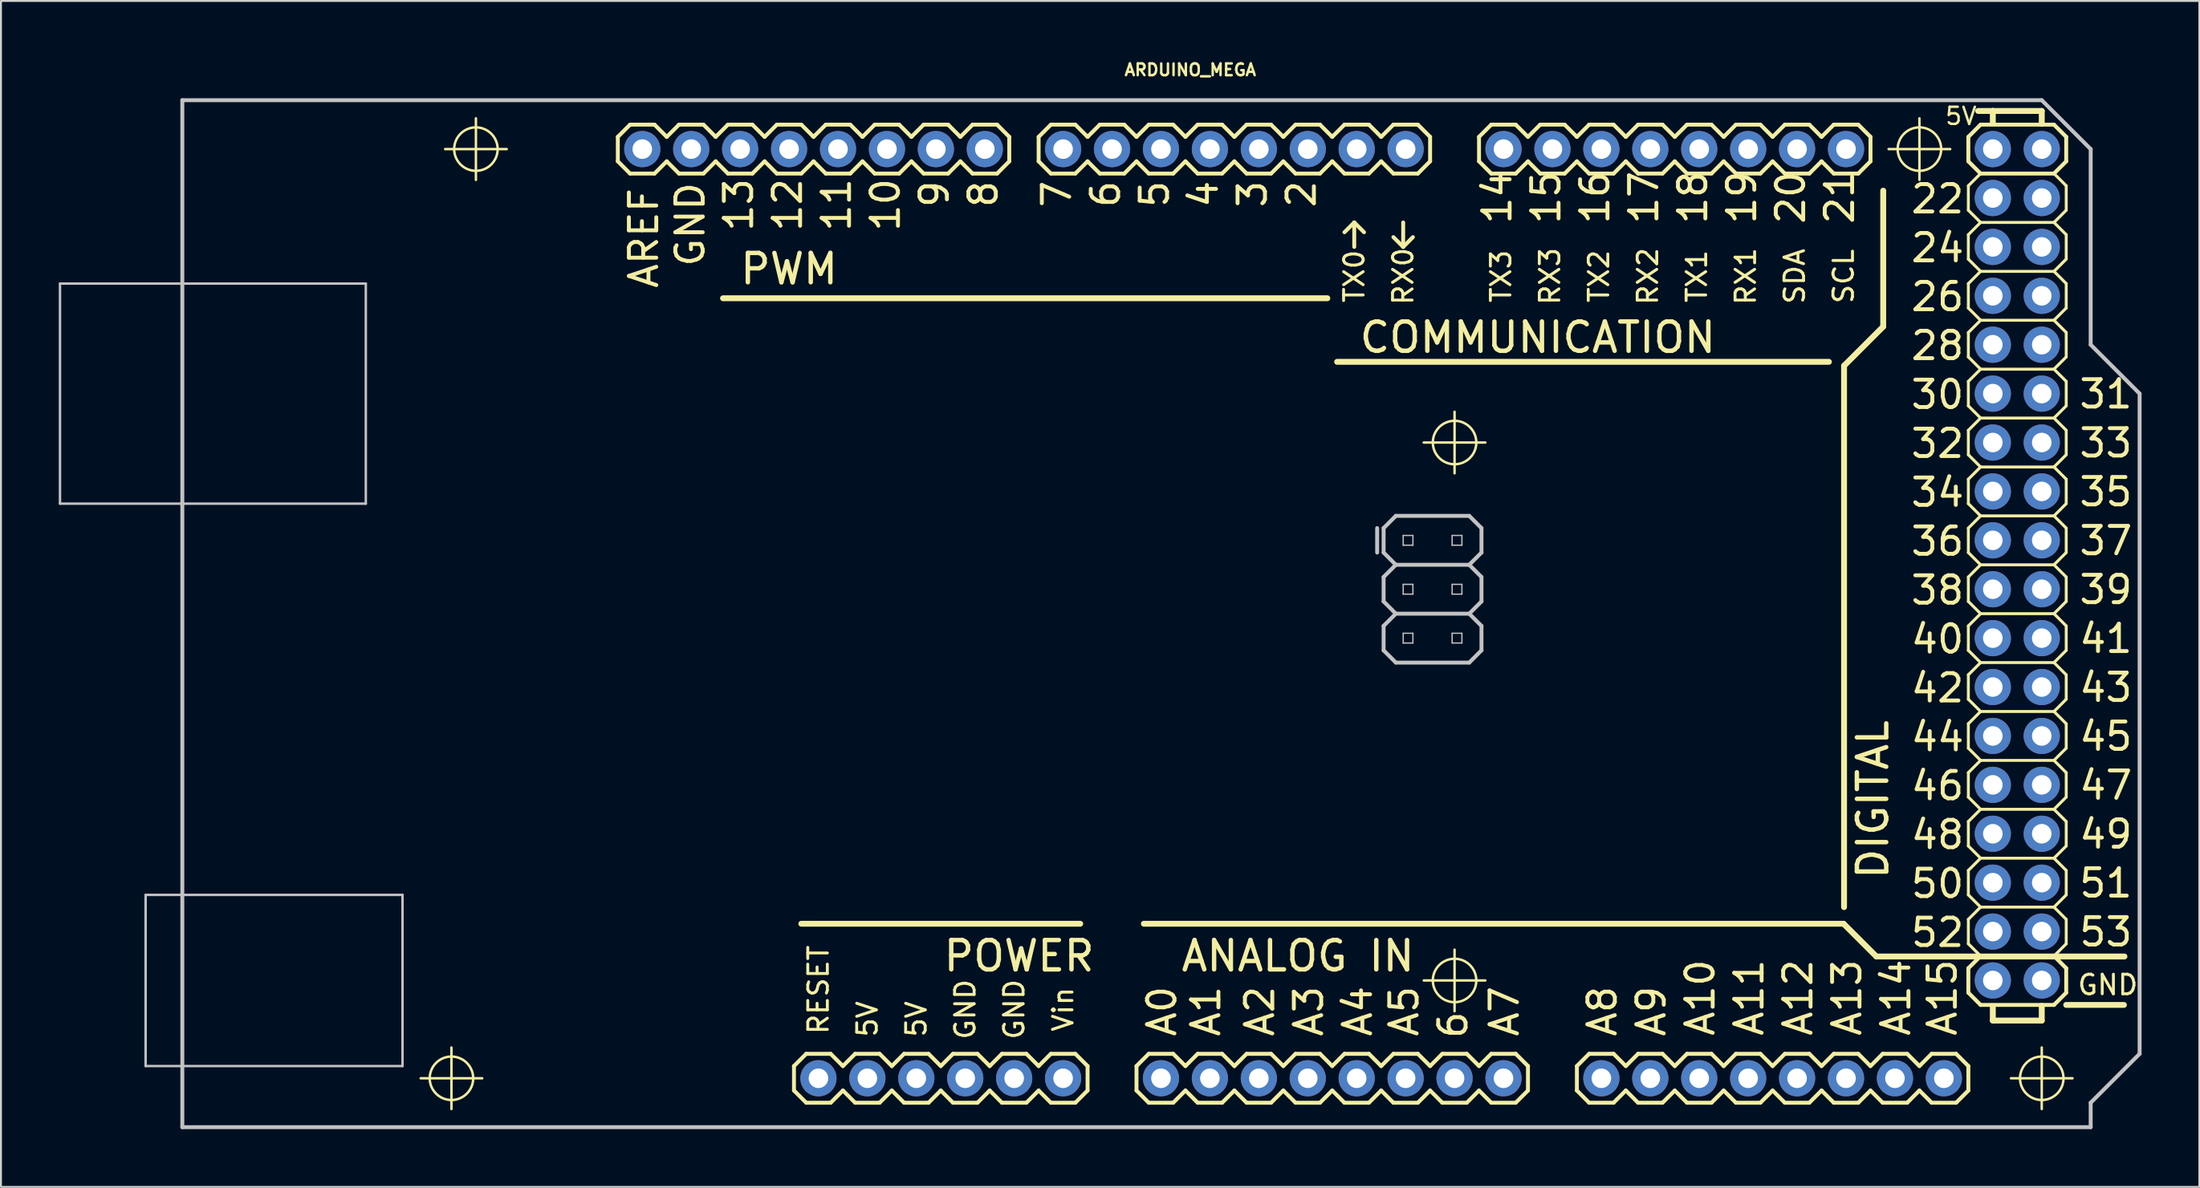
<source format=kicad_pcb>
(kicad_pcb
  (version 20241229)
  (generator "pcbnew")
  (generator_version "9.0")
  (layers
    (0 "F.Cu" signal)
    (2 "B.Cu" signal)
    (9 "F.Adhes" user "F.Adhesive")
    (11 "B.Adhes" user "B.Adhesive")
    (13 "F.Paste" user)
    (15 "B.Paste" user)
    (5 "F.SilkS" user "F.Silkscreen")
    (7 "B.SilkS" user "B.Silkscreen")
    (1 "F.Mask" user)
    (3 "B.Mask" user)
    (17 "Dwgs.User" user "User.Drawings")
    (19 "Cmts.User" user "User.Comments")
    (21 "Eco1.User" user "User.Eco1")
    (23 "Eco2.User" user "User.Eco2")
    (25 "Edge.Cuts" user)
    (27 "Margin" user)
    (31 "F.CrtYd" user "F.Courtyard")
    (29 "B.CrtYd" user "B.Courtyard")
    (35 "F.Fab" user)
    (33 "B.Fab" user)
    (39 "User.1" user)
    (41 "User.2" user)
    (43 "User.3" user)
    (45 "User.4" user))
  (footprint "ARDUINO_MEGA"
    (layer "F.Cu")
    (at 55.944 28.824)
    (property "Reference" "ARDUINO_MEGA" (at 2.794 -28.245 0) (layer "F.SilkS") (effects (font (size 0.61 0.61) (thickness 0.127))))
    (attr exclude_from_pos_files exclude_from_bom)
    (fp_line (start -37.158 24.13) (end -33.96 24.13) (stroke (width 0.127) (type solid)) (layer "F.SilkS"))
    (fp_line (start -35.888 -24.13) (end -32.69 -24.13) (stroke (width 0.127) (type solid)) (layer "F.SilkS"))
    (fp_line (start -35.56 25.728) (end -35.56 22.53) (stroke (width 0.127) (type solid)) (layer "F.SilkS"))
    (fp_line (start -34.29 -22.53) (end -34.29 -25.728) (stroke (width 0.127) (type solid)) (layer "F.SilkS"))
    (fp_line (start -26.924 -24.765) (end -26.924 -23.495) (stroke (width 0.203) (type solid)) (layer "F.SilkS"))
    (fp_line (start -26.924 -23.495) (end -26.289 -22.86) (stroke (width 0.203) (type solid)) (layer "F.SilkS"))
    (fp_line (start -26.289 -25.4) (end -26.924 -24.765) (stroke (width 0.203) (type solid)) (layer "F.SilkS"))
    (fp_line (start -26.289 -25.4) (end -25.019 -25.4) (stroke (width 0.203) (type solid)) (layer "F.SilkS"))
    (fp_line (start -25.019 -25.4) (end -24.384 -24.765) (stroke (width 0.203) (type solid)) (layer "F.SilkS"))
    (fp_line (start -25.019 -22.86) (end -26.289 -22.86) (stroke (width 0.203) (type solid)) (layer "F.SilkS"))
    (fp_line (start -24.384 -24.765) (end -23.749 -25.4) (stroke (width 0.203) (type solid)) (layer "F.SilkS"))
    (fp_line (start -24.384 -23.495) (end -25.019 -22.86) (stroke (width 0.203) (type solid)) (layer "F.SilkS"))
    (fp_line (start -23.749 -25.4) (end -22.479 -25.4) (stroke (width 0.203) (type solid)) (layer "F.SilkS"))
    (fp_line (start -23.749 -22.86) (end -24.384 -23.495) (stroke (width 0.203) (type solid)) (layer "F.SilkS"))
    (fp_line (start -22.479 -25.4) (end -21.844 -24.765) (stroke (width 0.203) (type solid)) (layer "F.SilkS"))
    (fp_line (start -22.479 -22.86) (end -23.749 -22.86) (stroke (width 0.203) (type solid)) (layer "F.SilkS"))
    (fp_line (start -21.844 -24.765) (end -21.209 -25.4) (stroke (width 0.203) (type solid)) (layer "F.SilkS"))
    (fp_line (start -21.844 -23.495) (end -22.479 -22.86) (stroke (width 0.203) (type solid)) (layer "F.SilkS"))
    (fp_line (start -21.209 -25.4) (end -19.939 -25.4) (stroke (width 0.203) (type solid)) (layer "F.SilkS"))
    (fp_line (start -21.209 -22.86) (end -21.844 -23.495) (stroke (width 0.203) (type solid)) (layer "F.SilkS"))
    (fp_line (start -19.939 -25.4) (end -19.304 -24.765) (stroke (width 0.203) (type solid)) (layer "F.SilkS"))
    (fp_line (start -19.939 -22.86) (end -21.209 -22.86) (stroke (width 0.203) (type solid)) (layer "F.SilkS"))
    (fp_line (start -19.304 -23.495) (end -19.939 -22.86) (stroke (width 0.203) (type solid)) (layer "F.SilkS"))
    (fp_line (start -19.304 -23.495) (end -18.669 -22.86) (stroke (width 0.203) (type solid)) (layer "F.SilkS"))
    (fp_line (start -18.669 -25.4) (end -19.304 -24.765) (stroke (width 0.203) (type solid)) (layer "F.SilkS"))
    (fp_line (start -18.669 -25.4) (end -17.399 -25.4) (stroke (width 0.203) (type solid)) (layer "F.SilkS"))
    (fp_line (start -17.78 23.495) (end -17.78 24.765) (stroke (width 0.203) (type solid)) (layer "F.SilkS"))
    (fp_line (start -17.78 24.765) (end -17.145 25.4) (stroke (width 0.203) (type solid)) (layer "F.SilkS"))
    (fp_line (start -17.399 -25.4) (end -16.764 -24.765) (stroke (width 0.203) (type solid)) (layer "F.SilkS"))
    (fp_line (start -17.399 -22.86) (end -18.669 -22.86) (stroke (width 0.203) (type solid)) (layer "F.SilkS"))
    (fp_line (start -17.145 22.86) (end -17.78 23.495) (stroke (width 0.203) (type solid)) (layer "F.SilkS"))
    (fp_line (start -17.145 22.86) (end -15.875 22.86) (stroke (width 0.203) (type solid)) (layer "F.SilkS"))
    (fp_line (start -16.764 -24.765) (end -16.129 -25.4) (stroke (width 0.203) (type solid)) (layer "F.SilkS"))
    (fp_line (start -16.764 -23.495) (end -17.399 -22.86) (stroke (width 0.203) (type solid)) (layer "F.SilkS"))
    (fp_line (start -16.129 -25.4) (end -14.859 -25.4) (stroke (width 0.203) (type solid)) (layer "F.SilkS"))
    (fp_line (start -16.129 -22.86) (end -16.764 -23.495) (stroke (width 0.203) (type solid)) (layer "F.SilkS"))
    (fp_line (start -15.875 22.86) (end -15.24 23.495) (stroke (width 0.203) (type solid)) (layer "F.SilkS"))
    (fp_line (start -15.875 25.4) (end -17.145 25.4) (stroke (width 0.203) (type solid)) (layer "F.SilkS"))
    (fp_line (start -15.24 23.495) (end -14.605 22.86) (stroke (width 0.203) (type solid)) (layer "F.SilkS"))
    (fp_line (start -15.24 24.765) (end -15.875 25.4) (stroke (width 0.203) (type solid)) (layer "F.SilkS"))
    (fp_line (start -14.859 -25.4) (end -14.224 -24.765) (stroke (width 0.203) (type solid)) (layer "F.SilkS"))
    (fp_line (start -14.859 -22.86) (end -16.129 -22.86) (stroke (width 0.203) (type solid)) (layer "F.SilkS"))
    (fp_line (start -14.605 22.86) (end -13.335 22.86) (stroke (width 0.203) (type solid)) (layer "F.SilkS"))
    (fp_line (start -14.605 25.4) (end -15.24 24.765) (stroke (width 0.203) (type solid)) (layer "F.SilkS"))
    (fp_line (start -14.224 -24.765) (end -13.589 -25.4) (stroke (width 0.203) (type solid)) (layer "F.SilkS"))
    (fp_line (start -14.224 -23.495) (end -14.859 -22.86) (stroke (width 0.203) (type solid)) (layer "F.SilkS"))
    (fp_line (start -13.589 -25.4) (end -12.319 -25.4) (stroke (width 0.203) (type solid)) (layer "F.SilkS"))
    (fp_line (start -13.589 -22.86) (end -14.224 -23.495) (stroke (width 0.203) (type solid)) (layer "F.SilkS"))
    (fp_line (start -13.335 22.86) (end -12.7 23.495) (stroke (width 0.203) (type solid)) (layer "F.SilkS"))
    (fp_line (start -13.335 25.4) (end -14.605 25.4) (stroke (width 0.203) (type solid)) (layer "F.SilkS"))
    (fp_line (start -12.7 23.495) (end -12.065 22.86) (stroke (width 0.203) (type solid)) (layer "F.SilkS"))
    (fp_line (start -12.7 24.765) (end -13.335 25.4) (stroke (width 0.203) (type solid)) (layer "F.SilkS"))
    (fp_line (start -12.319 -25.4) (end -11.684 -24.765) (stroke (width 0.203) (type solid)) (layer "F.SilkS"))
    (fp_line (start -12.319 -22.86) (end -13.589 -22.86) (stroke (width 0.203) (type solid)) (layer "F.SilkS"))
    (fp_line (start -12.065 22.86) (end -10.795 22.86) (stroke (width 0.203) (type solid)) (layer "F.SilkS"))
    (fp_line (start -12.065 25.4) (end -12.7 24.765) (stroke (width 0.203) (type solid)) (layer "F.SilkS"))
    (fp_line (start -11.684 -23.495) (end -12.319 -22.86) (stroke (width 0.203) (type solid)) (layer "F.SilkS"))
    (fp_line (start -11.684 -23.495) (end -11.049 -22.86) (stroke (width 0.203) (type solid)) (layer "F.SilkS"))
    (fp_line (start -11.049 -25.4) (end -11.684 -24.765) (stroke (width 0.203) (type solid)) (layer "F.SilkS"))
    (fp_line (start -11.049 -25.4) (end -9.779 -25.4) (stroke (width 0.203) (type solid)) (layer "F.SilkS"))
    (fp_line (start -10.795 22.86) (end -10.16 23.495) (stroke (width 0.203) (type solid)) (layer "F.SilkS"))
    (fp_line (start -10.795 25.4) (end -12.065 25.4) (stroke (width 0.203) (type solid)) (layer "F.SilkS"))
    (fp_line (start -10.16 24.765) (end -10.795 25.4) (stroke (width 0.203) (type solid)) (layer "F.SilkS"))
    (fp_line (start -10.16 24.765) (end -9.525 25.4) (stroke (width 0.203) (type solid)) (layer "F.SilkS"))
    (fp_line (start -9.779 -25.4) (end -9.144 -24.765) (stroke (width 0.203) (type solid)) (layer "F.SilkS"))
    (fp_line (start -9.779 -22.86) (end -11.049 -22.86) (stroke (width 0.203) (type solid)) (layer "F.SilkS"))
    (fp_line (start -9.525 22.86) (end -10.16 23.495) (stroke (width 0.203) (type solid)) (layer "F.SilkS"))
    (fp_line (start -9.525 22.86) (end -8.255 22.86) (stroke (width 0.203) (type solid)) (layer "F.SilkS"))
    (fp_line (start -9.144 -23.495) (end -9.779 -22.86) (stroke (width 0.203) (type solid)) (layer "F.SilkS"))
    (fp_line (start -9.144 -23.495) (end -8.509 -22.86) (stroke (width 0.203) (type solid)) (layer "F.SilkS"))
    (fp_line (start -8.509 -25.4) (end -9.144 -24.765) (stroke (width 0.203) (type solid)) (layer "F.SilkS"))
    (fp_line (start -8.509 -25.4) (end -7.236 -25.4) (stroke (width 0.203) (type solid)) (layer "F.SilkS"))
    (fp_line (start -8.255 22.86) (end -7.62 23.495) (stroke (width 0.203) (type solid)) (layer "F.SilkS"))
    (fp_line (start -8.255 25.4) (end -9.525 25.4) (stroke (width 0.203) (type solid)) (layer "F.SilkS"))
    (fp_line (start -7.62 23.495) (end -6.985 22.86) (stroke (width 0.203) (type solid)) (layer "F.SilkS"))
    (fp_line (start -7.62 24.765) (end -8.255 25.4) (stroke (width 0.203) (type solid)) (layer "F.SilkS"))
    (fp_line (start -7.236 -25.4) (end -6.604 -24.765) (stroke (width 0.203) (type solid)) (layer "F.SilkS"))
    (fp_line (start -7.236 -22.86) (end -8.509 -22.86) (stroke (width 0.203) (type solid)) (layer "F.SilkS"))
    (fp_line (start -6.985 22.86) (end -5.715 22.86) (stroke (width 0.203) (type solid)) (layer "F.SilkS"))
    (fp_line (start -6.985 25.4) (end -7.62 24.765) (stroke (width 0.203) (type solid)) (layer "F.SilkS"))
    (fp_line (start -6.604 -24.765) (end -6.604 -23.495) (stroke (width 0.203) (type solid)) (layer "F.SilkS"))
    (fp_line (start -6.604 -23.495) (end -7.236 -22.86) (stroke (width 0.203) (type solid)) (layer "F.SilkS"))
    (fp_line (start -5.715 22.86) (end -5.08 23.495) (stroke (width 0.203) (type solid)) (layer "F.SilkS"))
    (fp_line (start -5.715 25.4) (end -6.985 25.4) (stroke (width 0.203) (type solid)) (layer "F.SilkS"))
    (fp_line (start -5.08 -24.765) (end -5.08 -23.495) (stroke (width 0.203) (type solid)) (layer "F.SilkS"))
    (fp_line (start -5.08 -23.495) (end -4.445 -22.86) (stroke (width 0.203) (type solid)) (layer "F.SilkS"))
    (fp_line (start -5.08 23.495) (end -4.445 22.86) (stroke (width 0.203) (type solid)) (layer "F.SilkS"))
    (fp_line (start -5.08 24.765) (end -5.715 25.4) (stroke (width 0.203) (type solid)) (layer "F.SilkS"))
    (fp_line (start -4.445 -25.4) (end -5.08 -24.765) (stroke (width 0.203) (type solid)) (layer "F.SilkS"))
    (fp_line (start -4.445 -25.4) (end -3.175 -25.4) (stroke (width 0.203) (type solid)) (layer "F.SilkS"))
    (fp_line (start -4.445 22.86) (end -3.175 22.86) (stroke (width 0.203) (type solid)) (layer "F.SilkS"))
    (fp_line (start -4.445 25.4) (end -5.08 24.765) (stroke (width 0.203) (type solid)) (layer "F.SilkS"))
    (fp_line (start -3.175 -25.4) (end -2.54 -24.765) (stroke (width 0.203) (type solid)) (layer "F.SilkS"))
    (fp_line (start -3.175 -22.86) (end -4.445 -22.86) (stroke (width 0.203) (type solid)) (layer "F.SilkS"))
    (fp_line (start -3.175 22.86) (end -2.54 23.495) (stroke (width 0.203) (type solid)) (layer "F.SilkS"))
    (fp_line (start -3.175 25.4) (end -4.445 25.4) (stroke (width 0.203) (type solid)) (layer "F.SilkS"))
    (fp_line (start -2.921 16.104) (end -17.399 16.104) (stroke (width 0.305) (type solid)) (layer "F.SilkS"))
    (fp_line (start -2.54 -24.765) (end -1.905 -25.4) (stroke (width 0.203) (type solid)) (layer "F.SilkS"))
    (fp_line (start -2.54 -23.495) (end -3.175 -22.86) (stroke (width 0.203) (type solid)) (layer "F.SilkS"))
    (fp_line (start -2.54 23.495) (end -2.54 24.765) (stroke (width 0.203) (type solid)) (layer "F.SilkS"))
    (fp_line (start -2.54 24.765) (end -3.175 25.4) (stroke (width 0.203) (type solid)) (layer "F.SilkS"))
    (fp_line (start -1.905 -25.4) (end -0.635 -25.4) (stroke (width 0.203) (type solid)) (layer "F.SilkS"))
    (fp_line (start -1.905 -22.86) (end -2.54 -23.495) (stroke (width 0.203) (type solid)) (layer "F.SilkS"))
    (fp_line (start -0.635 -25.4) (end 0 -24.765) (stroke (width 0.203) (type solid)) (layer "F.SilkS"))
    (fp_line (start -0.635 -22.86) (end -1.905 -22.86) (stroke (width 0.203) (type solid)) (layer "F.SilkS"))
    (fp_line (start 0 -24.765) (end 0.635 -25.4) (stroke (width 0.203) (type solid)) (layer "F.SilkS"))
    (fp_line (start 0 -23.495) (end -0.635 -22.86) (stroke (width 0.203) (type solid)) (layer "F.SilkS"))
    (fp_line (start 0 23.495) (end 0 24.765) (stroke (width 0.203) (type solid)) (layer "F.SilkS"))
    (fp_line (start 0 24.765) (end 0.635 25.4) (stroke (width 0.203) (type solid)) (layer "F.SilkS"))
    (fp_line (start 0.635 -25.4) (end 1.905 -25.4) (stroke (width 0.203) (type solid)) (layer "F.SilkS"))
    (fp_line (start 0.635 -22.86) (end 0 -23.495) (stroke (width 0.203) (type solid)) (layer "F.SilkS"))
    (fp_line (start 0.635 22.86) (end 0 23.495) (stroke (width 0.203) (type solid)) (layer "F.SilkS"))
    (fp_line (start 0.635 22.86) (end 1.905 22.86) (stroke (width 0.203) (type solid)) (layer "F.SilkS"))
    (fp_line (start 1.905 -25.4) (end 2.54 -24.765) (stroke (width 0.203) (type solid)) (layer "F.SilkS"))
    (fp_line (start 1.905 -22.86) (end 0.635 -22.86) (stroke (width 0.203) (type solid)) (layer "F.SilkS"))
    (fp_line (start 1.905 22.86) (end 2.54 23.495) (stroke (width 0.203) (type solid)) (layer "F.SilkS"))
    (fp_line (start 1.905 25.4) (end 0.635 25.4) (stroke (width 0.203) (type solid)) (layer "F.SilkS"))
    (fp_line (start 2.54 -23.495) (end 1.905 -22.86) (stroke (width 0.203) (type solid)) (layer "F.SilkS"))
    (fp_line (start 2.54 -23.495) (end 3.175 -22.86) (stroke (width 0.203) (type solid)) (layer "F.SilkS"))
    (fp_line (start 2.54 23.495) (end 3.175 22.86) (stroke (width 0.203) (type solid)) (layer "F.SilkS"))
    (fp_line (start 2.54 24.765) (end 1.905 25.4) (stroke (width 0.203) (type solid)) (layer "F.SilkS"))
    (fp_line (start 3.175 -25.4) (end 2.54 -24.765) (stroke (width 0.203) (type solid)) (layer "F.SilkS"))
    (fp_line (start 3.175 -25.4) (end 4.445 -25.4) (stroke (width 0.203) (type solid)) (layer "F.SilkS"))
    (fp_line (start 3.175 22.86) (end 4.445 22.86) (stroke (width 0.203) (type solid)) (layer "F.SilkS"))
    (fp_line (start 3.175 25.4) (end 2.54 24.765) (stroke (width 0.203) (type solid)) (layer "F.SilkS"))
    (fp_line (start 4.445 -25.4) (end 5.08 -24.765) (stroke (width 0.203) (type solid)) (layer "F.SilkS"))
    (fp_line (start 4.445 -22.86) (end 3.175 -22.86) (stroke (width 0.203) (type solid)) (layer "F.SilkS"))
    (fp_line (start 4.445 22.86) (end 5.08 23.495) (stroke (width 0.203) (type solid)) (layer "F.SilkS"))
    (fp_line (start 4.445 25.4) (end 3.175 25.4) (stroke (width 0.203) (type solid)) (layer "F.SilkS"))
    (fp_line (start 5.08 -24.765) (end 5.715 -25.4) (stroke (width 0.203) (type solid)) (layer "F.SilkS"))
    (fp_line (start 5.08 -23.495) (end 4.445 -22.86) (stroke (width 0.203) (type solid)) (layer "F.SilkS"))
    (fp_line (start 5.08 23.495) (end 5.715 22.86) (stroke (width 0.203) (type solid)) (layer "F.SilkS"))
    (fp_line (start 5.08 24.765) (end 4.445 25.4) (stroke (width 0.203) (type solid)) (layer "F.SilkS"))
    (fp_line (start 5.715 -25.4) (end 6.985 -25.4) (stroke (width 0.203) (type solid)) (layer "F.SilkS"))
    (fp_line (start 5.715 -22.86) (end 5.08 -23.495) (stroke (width 0.203) (type solid)) (layer "F.SilkS"))
    (fp_line (start 5.715 22.86) (end 6.985 22.86) (stroke (width 0.203) (type solid)) (layer "F.SilkS"))
    (fp_line (start 5.715 25.4) (end 5.08 24.765) (stroke (width 0.203) (type solid)) (layer "F.SilkS"))
    (fp_line (start 6.985 -25.4) (end 7.62 -24.765) (stroke (width 0.203) (type solid)) (layer "F.SilkS"))
    (fp_line (start 6.985 -22.86) (end 5.715 -22.86) (stroke (width 0.203) (type solid)) (layer "F.SilkS"))
    (fp_line (start 6.985 22.86) (end 7.62 23.495) (stroke (width 0.203) (type solid)) (layer "F.SilkS"))
    (fp_line (start 6.985 25.4) (end 5.715 25.4) (stroke (width 0.203) (type solid)) (layer "F.SilkS"))
    (fp_line (start 7.62 -24.765) (end 8.255 -25.4) (stroke (width 0.203) (type solid)) (layer "F.SilkS"))
    (fp_line (start 7.62 -23.495) (end 6.985 -22.86) (stroke (width 0.203) (type solid)) (layer "F.SilkS"))
    (fp_line (start 7.62 24.765) (end 6.985 25.4) (stroke (width 0.203) (type solid)) (layer "F.SilkS"))
    (fp_line (start 7.62 24.765) (end 8.255 25.4) (stroke (width 0.203) (type solid)) (layer "F.SilkS"))
    (fp_line (start 8.255 -25.4) (end 9.525 -25.4) (stroke (width 0.203) (type solid)) (layer "F.SilkS"))
    (fp_line (start 8.255 -22.86) (end 7.62 -23.495) (stroke (width 0.203) (type solid)) (layer "F.SilkS"))
    (fp_line (start 8.255 22.86) (end 7.62 23.495) (stroke (width 0.203) (type solid)) (layer "F.SilkS"))
    (fp_line (start 8.255 22.86) (end 9.525 22.86) (stroke (width 0.203) (type solid)) (layer "F.SilkS"))
    (fp_line (start 9.525 -25.4) (end 10.16 -24.765) (stroke (width 0.203) (type solid)) (layer "F.SilkS"))
    (fp_line (start 9.525 -22.86) (end 8.255 -22.86) (stroke (width 0.203) (type solid)) (layer "F.SilkS"))
    (fp_line (start 9.525 22.86) (end 10.16 23.495) (stroke (width 0.203) (type solid)) (layer "F.SilkS"))
    (fp_line (start 9.525 25.4) (end 8.255 25.4) (stroke (width 0.203) (type solid)) (layer "F.SilkS"))
    (fp_line (start 9.906 -16.383) (end -21.463 -16.383) (stroke (width 0.305) (type solid)) (layer "F.SilkS"))
    (fp_line (start 10.16 -23.495) (end 9.525 -22.86) (stroke (width 0.203) (type solid)) (layer "F.SilkS"))
    (fp_line (start 10.16 -23.495) (end 10.795 -22.86) (stroke (width 0.203) (type solid)) (layer "F.SilkS"))
    (fp_line (start 10.16 23.495) (end 10.795 22.86) (stroke (width 0.203) (type solid)) (layer "F.SilkS"))
    (fp_line (start 10.16 24.765) (end 9.525 25.4) (stroke (width 0.203) (type solid)) (layer "F.SilkS"))
    (fp_line (start 10.414 -13.081) (end 35.941 -13.081) (stroke (width 0.305) (type solid)) (layer "F.SilkS"))
    (fp_line (start 10.795 -25.4) (end 10.16 -24.765) (stroke (width 0.203) (type solid)) (layer "F.SilkS"))
    (fp_line (start 10.795 -25.4) (end 12.065 -25.4) (stroke (width 0.203) (type solid)) (layer "F.SilkS"))
    (fp_line (start 10.795 -19.812) (end 11.303 -20.32) (stroke (width 0.203) (type solid)) (layer "F.SilkS"))
    (fp_line (start 10.795 22.86) (end 12.065 22.86) (stroke (width 0.203) (type solid)) (layer "F.SilkS"))
    (fp_line (start 10.795 25.4) (end 10.16 24.765) (stroke (width 0.203) (type solid)) (layer "F.SilkS"))
    (fp_line (start 11.303 -20.32) (end 11.811 -19.812) (stroke (width 0.203) (type solid)) (layer "F.SilkS"))
    (fp_line (start 11.303 -19.05) (end 11.303 -20.32) (stroke (width 0.203) (type solid)) (layer "F.SilkS"))
    (fp_line (start 12.065 -25.4) (end 12.7 -24.765) (stroke (width 0.203) (type solid)) (layer "F.SilkS"))
    (fp_line (start 12.065 -22.86) (end 10.795 -22.86) (stroke (width 0.203) (type solid)) (layer "F.SilkS"))
    (fp_line (start 12.065 22.86) (end 12.7 23.495) (stroke (width 0.203) (type solid)) (layer "F.SilkS"))
    (fp_line (start 12.065 25.4) (end 10.795 25.4) (stroke (width 0.203) (type solid)) (layer "F.SilkS"))
    (fp_line (start 12.7 -23.495) (end 12.065 -22.86) (stroke (width 0.203) (type solid)) (layer "F.SilkS"))
    (fp_line (start 12.7 -23.495) (end 13.335 -22.86) (stroke (width 0.203) (type solid)) (layer "F.SilkS"))
    (fp_line (start 12.7 23.495) (end 13.335 22.86) (stroke (width 0.203) (type solid)) (layer "F.SilkS"))
    (fp_line (start 12.7 24.765) (end 12.065 25.4) (stroke (width 0.203) (type solid)) (layer "F.SilkS"))
    (fp_line (start 13.335 -25.4) (end 12.7 -24.765) (stroke (width 0.203) (type solid)) (layer "F.SilkS"))
    (fp_line (start 13.335 -25.4) (end 14.605 -25.4) (stroke (width 0.203) (type solid)) (layer "F.SilkS"))
    (fp_line (start 13.335 22.86) (end 14.605 22.86) (stroke (width 0.203) (type solid)) (layer "F.SilkS"))
    (fp_line (start 13.335 25.4) (end 12.7 24.765) (stroke (width 0.203) (type solid)) (layer "F.SilkS"))
    (fp_line (start 13.843 -20.32) (end 13.843 -19.05) (stroke (width 0.203) (type solid)) (layer "F.SilkS"))
    (fp_line (start 13.843 -19.05) (end 13.335 -19.558) (stroke (width 0.203) (type solid)) (layer "F.SilkS"))
    (fp_line (start 14.348 -19.558) (end 13.843 -19.05) (stroke (width 0.203) (type solid)) (layer "F.SilkS"))
    (fp_line (start 14.605 -25.4) (end 15.24 -24.765) (stroke (width 0.203) (type solid)) (layer "F.SilkS"))
    (fp_line (start 14.605 -22.86) (end 13.335 -22.86) (stroke (width 0.203) (type solid)) (layer "F.SilkS"))
    (fp_line (start 14.605 22.86) (end 15.24 23.495) (stroke (width 0.203) (type solid)) (layer "F.SilkS"))
    (fp_line (start 14.605 25.4) (end 13.335 25.4) (stroke (width 0.203) (type solid)) (layer "F.SilkS"))
    (fp_line (start 14.91 -8.89) (end 18.108 -8.89) (stroke (width 0.127) (type solid)) (layer "F.SilkS"))
    (fp_line (start 14.91 19.05) (end 18.108 19.05) (stroke (width 0.127) (type solid)) (layer "F.SilkS"))
    (fp_line (start 15.24 -24.765) (end 15.24 -23.495) (stroke (width 0.203) (type solid)) (layer "F.SilkS"))
    (fp_line (start 15.24 -23.495) (end 14.605 -22.86) (stroke (width 0.203) (type solid)) (layer "F.SilkS"))
    (fp_line (start 15.24 24.765) (end 14.605 25.4) (stroke (width 0.203) (type solid)) (layer "F.SilkS"))
    (fp_line (start 15.24 24.765) (end 15.875 25.4) (stroke (width 0.203) (type solid)) (layer "F.SilkS"))
    (fp_line (start 15.875 22.86) (end 15.24 23.495) (stroke (width 0.203) (type solid)) (layer "F.SilkS"))
    (fp_line (start 15.875 22.86) (end 17.145 22.86) (stroke (width 0.203) (type solid)) (layer "F.SilkS"))
    (fp_line (start 16.51 -7.29) (end 16.51 -10.488) (stroke (width 0.127) (type solid)) (layer "F.SilkS"))
    (fp_line (start 16.51 20.648) (end 16.51 17.45) (stroke (width 0.127) (type solid)) (layer "F.SilkS"))
    (fp_line (start 17.145 22.86) (end 17.78 23.495) (stroke (width 0.203) (type solid)) (layer "F.SilkS"))
    (fp_line (start 17.145 25.4) (end 15.875 25.4) (stroke (width 0.203) (type solid)) (layer "F.SilkS"))
    (fp_line (start 17.78 -24.765) (end 17.78 -23.495) (stroke (width 0.203) (type solid)) (layer "F.SilkS"))
    (fp_line (start 17.78 -23.495) (end 18.415 -22.86) (stroke (width 0.203) (type solid)) (layer "F.SilkS"))
    (fp_line (start 17.78 24.765) (end 17.145 25.4) (stroke (width 0.203) (type solid)) (layer "F.SilkS"))
    (fp_line (start 17.78 24.765) (end 18.415 25.4) (stroke (width 0.203) (type solid)) (layer "F.SilkS"))
    (fp_line (start 18.415 -25.4) (end 17.78 -24.765) (stroke (width 0.203) (type solid)) (layer "F.SilkS"))
    (fp_line (start 18.415 -25.4) (end 19.685 -25.4) (stroke (width 0.203) (type solid)) (layer "F.SilkS"))
    (fp_line (start 18.415 22.86) (end 17.78 23.495) (stroke (width 0.203) (type solid)) (layer "F.SilkS"))
    (fp_line (start 18.415 22.86) (end 19.685 22.86) (stroke (width 0.203) (type solid)) (layer "F.SilkS"))
    (fp_line (start 19.685 -25.4) (end 20.32 -24.765) (stroke (width 0.203) (type solid)) (layer "F.SilkS"))
    (fp_line (start 19.685 -22.86) (end 18.415 -22.86) (stroke (width 0.203) (type solid)) (layer "F.SilkS"))
    (fp_line (start 19.685 22.86) (end 20.32 23.495) (stroke (width 0.203) (type solid)) (layer "F.SilkS"))
    (fp_line (start 19.685 25.4) (end 18.415 25.4) (stroke (width 0.203) (type solid)) (layer "F.SilkS"))
    (fp_line (start 20.32 -24.765) (end 20.955 -25.4) (stroke (width 0.203) (type solid)) (layer "F.SilkS"))
    (fp_line (start 20.32 -23.495) (end 19.685 -22.86) (stroke (width 0.203) (type solid)) (layer "F.SilkS"))
    (fp_line (start 20.32 23.495) (end 20.32 24.765) (stroke (width 0.203) (type solid)) (layer "F.SilkS"))
    (fp_line (start 20.32 24.765) (end 19.685 25.4) (stroke (width 0.203) (type solid)) (layer "F.SilkS"))
    (fp_line (start 20.955 -25.4) (end 22.225 -25.4) (stroke (width 0.203) (type solid)) (layer "F.SilkS"))
    (fp_line (start 20.955 -22.86) (end 20.32 -23.495) (stroke (width 0.203) (type solid)) (layer "F.SilkS"))
    (fp_line (start 22.225 -25.4) (end 22.86 -24.765) (stroke (width 0.203) (type solid)) (layer "F.SilkS"))
    (fp_line (start 22.225 -22.86) (end 20.955 -22.86) (stroke (width 0.203) (type solid)) (layer "F.SilkS"))
    (fp_line (start 22.86 -24.765) (end 23.495 -25.4) (stroke (width 0.203) (type solid)) (layer "F.SilkS"))
    (fp_line (start 22.86 -23.495) (end 22.225 -22.86) (stroke (width 0.203) (type solid)) (layer "F.SilkS"))
    (fp_line (start 22.86 23.495) (end 22.86 24.765) (stroke (width 0.203) (type solid)) (layer "F.SilkS"))
    (fp_line (start 22.86 24.765) (end 23.495 25.4) (stroke (width 0.203) (type solid)) (layer "F.SilkS"))
    (fp_line (start 23.495 -25.4) (end 24.765 -25.4) (stroke (width 0.203) (type solid)) (layer "F.SilkS"))
    (fp_line (start 23.495 -22.86) (end 22.86 -23.495) (stroke (width 0.203) (type solid)) (layer "F.SilkS"))
    (fp_line (start 23.495 22.86) (end 22.86 23.495) (stroke (width 0.203) (type solid)) (layer "F.SilkS"))
    (fp_line (start 23.495 22.86) (end 24.765 22.86) (stroke (width 0.203) (type solid)) (layer "F.SilkS"))
    (fp_line (start 24.765 -25.4) (end 25.4 -24.765) (stroke (width 0.203) (type solid)) (layer "F.SilkS"))
    (fp_line (start 24.765 -22.86) (end 23.495 -22.86) (stroke (width 0.203) (type solid)) (layer "F.SilkS"))
    (fp_line (start 24.765 22.86) (end 25.4 23.495) (stroke (width 0.203) (type solid)) (layer "F.SilkS"))
    (fp_line (start 24.765 25.4) (end 23.495 25.4) (stroke (width 0.203) (type solid)) (layer "F.SilkS"))
    (fp_line (start 25.4 -23.495) (end 24.765 -22.86) (stroke (width 0.203) (type solid)) (layer "F.SilkS"))
    (fp_line (start 25.4 -23.495) (end 26.035 -22.86) (stroke (width 0.203) (type solid)) (layer "F.SilkS"))
    (fp_line (start 25.4 23.495) (end 26.035 22.86) (stroke (width 0.203) (type solid)) (layer "F.SilkS"))
    (fp_line (start 25.4 24.765) (end 24.765 25.4) (stroke (width 0.203) (type solid)) (layer "F.SilkS"))
    (fp_line (start 26.035 -25.4) (end 25.4 -24.765) (stroke (width 0.203) (type solid)) (layer "F.SilkS"))
    (fp_line (start 26.035 -25.4) (end 27.305 -25.4) (stroke (width 0.203) (type solid)) (layer "F.SilkS"))
    (fp_line (start 26.035 22.86) (end 27.305 22.86) (stroke (width 0.203) (type solid)) (layer "F.SilkS"))
    (fp_line (start 26.035 25.4) (end 25.4 24.765) (stroke (width 0.203) (type solid)) (layer "F.SilkS"))
    (fp_line (start 27.305 -25.4) (end 27.94 -24.765) (stroke (width 0.203) (type solid)) (layer "F.SilkS"))
    (fp_line (start 27.305 -22.86) (end 26.035 -22.86) (stroke (width 0.203) (type solid)) (layer "F.SilkS"))
    (fp_line (start 27.305 22.86) (end 27.94 23.495) (stroke (width 0.203) (type solid)) (layer "F.SilkS"))
    (fp_line (start 27.305 25.4) (end 26.035 25.4) (stroke (width 0.203) (type solid)) (layer "F.SilkS"))
    (fp_line (start 27.94 -24.765) (end 28.575 -25.4) (stroke (width 0.203) (type solid)) (layer "F.SilkS"))
    (fp_line (start 27.94 -23.495) (end 27.305 -22.86) (stroke (width 0.203) (type solid)) (layer "F.SilkS"))
    (fp_line (start 27.94 23.495) (end 28.575 22.86) (stroke (width 0.203) (type solid)) (layer "F.SilkS"))
    (fp_line (start 27.94 24.765) (end 27.305 25.4) (stroke (width 0.203) (type solid)) (layer "F.SilkS"))
    (fp_line (start 28.575 -25.4) (end 29.845 -25.4) (stroke (width 0.203) (type solid)) (layer "F.SilkS"))
    (fp_line (start 28.575 -22.86) (end 27.94 -23.495) (stroke (width 0.203) (type solid)) (layer "F.SilkS"))
    (fp_line (start 28.575 22.86) (end 29.845 22.86) (stroke (width 0.203) (type solid)) (layer "F.SilkS"))
    (fp_line (start 28.575 25.4) (end 27.94 24.765) (stroke (width 0.203) (type solid)) (layer "F.SilkS"))
    (fp_line (start 29.845 -25.4) (end 30.48 -24.765) (stroke (width 0.203) (type solid)) (layer "F.SilkS"))
    (fp_line (start 29.845 -22.86) (end 28.575 -22.86) (stroke (width 0.203) (type solid)) (layer "F.SilkS"))
    (fp_line (start 29.845 22.86) (end 30.48 23.495) (stroke (width 0.203) (type solid)) (layer "F.SilkS"))
    (fp_line (start 29.845 25.4) (end 28.575 25.4) (stroke (width 0.203) (type solid)) (layer "F.SilkS"))
    (fp_line (start 30.48 -24.765) (end 31.115 -25.4) (stroke (width 0.203) (type solid)) (layer "F.SilkS"))
    (fp_line (start 30.48 -23.495) (end 29.845 -22.86) (stroke (width 0.203) (type solid)) (layer "F.SilkS"))
    (fp_line (start 30.48 24.765) (end 29.845 25.4) (stroke (width 0.203) (type solid)) (layer "F.SilkS"))
    (fp_line (start 30.48 24.765) (end 31.115 25.4) (stroke (width 0.203) (type solid)) (layer "F.SilkS"))
    (fp_line (start 31.115 -25.4) (end 32.385 -25.4) (stroke (width 0.203) (type solid)) (layer "F.SilkS"))
    (fp_line (start 31.115 -22.86) (end 30.48 -23.495) (stroke (width 0.203) (type solid)) (layer "F.SilkS"))
    (fp_line (start 31.115 22.86) (end 30.48 23.495) (stroke (width 0.203) (type solid)) (layer "F.SilkS"))
    (fp_line (start 31.115 22.86) (end 32.385 22.86) (stroke (width 0.203) (type solid)) (layer "F.SilkS"))
    (fp_line (start 32.385 -25.4) (end 33.02 -24.765) (stroke (width 0.203) (type solid)) (layer "F.SilkS"))
    (fp_line (start 32.385 -22.86) (end 31.115 -22.86) (stroke (width 0.203) (type solid)) (layer "F.SilkS"))
    (fp_line (start 32.385 22.86) (end 33.02 23.495) (stroke (width 0.203) (type solid)) (layer "F.SilkS"))
    (fp_line (start 32.385 25.4) (end 31.115 25.4) (stroke (width 0.203) (type solid)) (layer "F.SilkS"))
    (fp_line (start 33.02 -23.495) (end 32.385 -22.86) (stroke (width 0.203) (type solid)) (layer "F.SilkS"))
    (fp_line (start 33.02 -23.495) (end 33.655 -22.86) (stroke (width 0.203) (type solid)) (layer "F.SilkS"))
    (fp_line (start 33.02 23.495) (end 33.655 22.86) (stroke (width 0.203) (type solid)) (layer "F.SilkS"))
    (fp_line (start 33.02 24.765) (end 32.385 25.4) (stroke (width 0.203) (type solid)) (layer "F.SilkS"))
    (fp_line (start 33.655 -25.4) (end 33.02 -24.765) (stroke (width 0.203) (type solid)) (layer "F.SilkS"))
    (fp_line (start 33.655 -25.4) (end 34.925 -25.4) (stroke (width 0.203) (type solid)) (layer "F.SilkS"))
    (fp_line (start 33.655 22.86) (end 34.925 22.86) (stroke (width 0.203) (type solid)) (layer "F.SilkS"))
    (fp_line (start 33.655 25.4) (end 33.02 24.765) (stroke (width 0.203) (type solid)) (layer "F.SilkS"))
    (fp_line (start 34.925 -25.4) (end 35.56 -24.765) (stroke (width 0.203) (type solid)) (layer "F.SilkS"))
    (fp_line (start 34.925 -22.86) (end 33.655 -22.86) (stroke (width 0.203) (type solid)) (layer "F.SilkS"))
    (fp_line (start 34.925 22.86) (end 35.56 23.495) (stroke (width 0.203) (type solid)) (layer "F.SilkS"))
    (fp_line (start 34.925 25.4) (end 33.655 25.4) (stroke (width 0.203) (type solid)) (layer "F.SilkS"))
    (fp_line (start 35.56 -23.495) (end 34.925 -22.86) (stroke (width 0.203) (type solid)) (layer "F.SilkS"))
    (fp_line (start 35.56 -23.495) (end 36.195 -22.86) (stroke (width 0.203) (type solid)) (layer "F.SilkS"))
    (fp_line (start 35.56 23.495) (end 36.195 22.86) (stroke (width 0.203) (type solid)) (layer "F.SilkS"))
    (fp_line (start 35.56 24.765) (end 34.925 25.4) (stroke (width 0.203) (type solid)) (layer "F.SilkS"))
    (fp_line (start 36.195 -25.4) (end 35.56 -24.765) (stroke (width 0.203) (type solid)) (layer "F.SilkS"))
    (fp_line (start 36.195 -25.4) (end 37.465 -25.4) (stroke (width 0.203) (type solid)) (layer "F.SilkS"))
    (fp_line (start 36.195 22.86) (end 37.465 22.86) (stroke (width 0.203) (type solid)) (layer "F.SilkS"))
    (fp_line (start 36.195 25.4) (end 35.56 24.765) (stroke (width 0.203) (type solid)) (layer "F.SilkS"))
    (fp_line (start 36.703 16.104) (end 0.381 16.104) (stroke (width 0.305) (type solid)) (layer "F.SilkS"))
    (fp_line (start 36.703 16.104) (end 38.405 17.805) (stroke (width 0.305) (type solid)) (layer "F.SilkS"))
    (fp_line (start 36.728 -12.878) (end 36.728 15.24) (stroke (width 0.305) (type solid)) (layer "F.SilkS"))
    (fp_line (start 36.728 -12.878) (end 38.76 -14.91) (stroke (width 0.305) (type solid)) (layer "F.SilkS"))
    (fp_line (start 37.465 -25.4) (end 38.1 -24.765) (stroke (width 0.203) (type solid)) (layer "F.SilkS"))
    (fp_line (start 37.465 -22.86) (end 36.195 -22.86) (stroke (width 0.203) (type solid)) (layer "F.SilkS"))
    (fp_line (start 37.465 22.86) (end 38.1 23.495) (stroke (width 0.203) (type solid)) (layer "F.SilkS"))
    (fp_line (start 37.465 25.4) (end 36.195 25.4) (stroke (width 0.203) (type solid)) (layer "F.SilkS"))
    (fp_line (start 38.1 -24.765) (end 38.1 -23.495) (stroke (width 0.203) (type solid)) (layer "F.SilkS"))
    (fp_line (start 38.1 -23.495) (end 37.465 -22.86) (stroke (width 0.203) (type solid)) (layer "F.SilkS"))
    (fp_line (start 38.1 24.765) (end 37.465 25.4) (stroke (width 0.203) (type solid)) (layer "F.SilkS"))
    (fp_line (start 38.1 24.765) (end 38.735 25.4) (stroke (width 0.203) (type solid)) (layer "F.SilkS"))
    (fp_line (start 38.405 17.805) (end 51.283 17.805) (stroke (width 0.305) (type solid)) (layer "F.SilkS"))
    (fp_line (start 38.735 22.86) (end 38.1 23.495) (stroke (width 0.203) (type solid)) (layer "F.SilkS"))
    (fp_line (start 38.735 22.86) (end 40.005 22.86) (stroke (width 0.203) (type solid)) (layer "F.SilkS"))
    (fp_line (start 38.76 -14.91) (end 38.76 -21.971) (stroke (width 0.305) (type solid)) (layer "F.SilkS"))
    (fp_line (start 39.04 -24.13) (end 42.238 -24.13) (stroke (width 0.127) (type solid)) (layer "F.SilkS"))
    (fp_line (start 40.005 22.86) (end 40.64 23.495) (stroke (width 0.203) (type solid)) (layer "F.SilkS"))
    (fp_line (start 40.005 25.4) (end 38.735 25.4) (stroke (width 0.203) (type solid)) (layer "F.SilkS"))
    (fp_line (start 40.64 -22.53) (end 40.64 -25.728) (stroke (width 0.127) (type solid)) (layer "F.SilkS"))
    (fp_line (start 40.64 24.765) (end 40.005 25.4) (stroke (width 0.203) (type solid)) (layer "F.SilkS"))
    (fp_line (start 40.64 24.765) (end 41.275 25.4) (stroke (width 0.203) (type solid)) (layer "F.SilkS"))
    (fp_line (start 41.275 22.86) (end 40.64 23.495) (stroke (width 0.203) (type solid)) (layer "F.SilkS"))
    (fp_line (start 41.275 22.86) (end 42.545 22.86) (stroke (width 0.203) (type solid)) (layer "F.SilkS"))
    (fp_line (start 42.545 22.86) (end 43.18 23.495) (stroke (width 0.203) (type solid)) (layer "F.SilkS"))
    (fp_line (start 42.545 25.4) (end 41.275 25.4) (stroke (width 0.203) (type solid)) (layer "F.SilkS"))
    (fp_line (start 43.18 -24.765) (end 43.18 -23.495) (stroke (width 0.203) (type solid)) (layer "F.SilkS"))
    (fp_line (start 43.18 -23.495) (end 43.815 -22.86) (stroke (width 0.203) (type solid)) (layer "F.SilkS"))
    (fp_line (start 43.18 -22.225) (end 43.815 -22.86) (stroke (width 0.152) (type solid)) (layer "F.SilkS"))
    (fp_line (start 43.18 -20.955) (end 43.18 -22.225) (stroke (width 0.152) (type solid)) (layer "F.SilkS"))
    (fp_line (start 43.18 -19.685) (end 43.815 -20.32) (stroke (width 0.152) (type solid)) (layer "F.SilkS"))
    (fp_line (start 43.18 -18.415) (end 43.18 -19.685) (stroke (width 0.152) (type solid)) (layer "F.SilkS"))
    (fp_line (start 43.18 -17.145) (end 43.815 -17.78) (stroke (width 0.152) (type solid)) (layer "F.SilkS"))
    (fp_line (start 43.18 -15.875) (end 43.18 -17.145) (stroke (width 0.152) (type solid)) (layer "F.SilkS"))
    (fp_line (start 43.18 -14.605) (end 43.815 -15.24) (stroke (width 0.152) (type solid)) (layer "F.SilkS"))
    (fp_line (start 43.18 -13.335) (end 43.18 -14.605) (stroke (width 0.152) (type solid)) (layer "F.SilkS"))
    (fp_line (start 43.18 -12.065) (end 43.815 -12.7) (stroke (width 0.152) (type solid)) (layer "F.SilkS"))
    (fp_line (start 43.18 -10.795) (end 43.18 -12.065) (stroke (width 0.152) (type solid)) (layer "F.SilkS"))
    (fp_line (start 43.18 -9.525) (end 43.815 -10.16) (stroke (width 0.152) (type solid)) (layer "F.SilkS"))
    (fp_line (start 43.18 -8.255) (end 43.18 -9.525) (stroke (width 0.152) (type solid)) (layer "F.SilkS"))
    (fp_line (start 43.18 -6.985) (end 43.815 -7.62) (stroke (width 0.152) (type solid)) (layer "F.SilkS"))
    (fp_line (start 43.18 -5.715) (end 43.18 -6.985) (stroke (width 0.152) (type solid)) (layer "F.SilkS"))
    (fp_line (start 43.18 -4.445) (end 43.815 -5.08) (stroke (width 0.152) (type solid)) (layer "F.SilkS"))
    (fp_line (start 43.18 -3.175) (end 43.18 -4.445) (stroke (width 0.152) (type solid)) (layer "F.SilkS"))
    (fp_line (start 43.18 -1.905) (end 43.815 -2.54) (stroke (width 0.152) (type solid)) (layer "F.SilkS"))
    (fp_line (start 43.18 -0.635) (end 43.18 -1.905) (stroke (width 0.152) (type solid)) (layer "F.SilkS"))
    (fp_line (start 43.18 0.635) (end 43.815 0) (stroke (width 0.152) (type solid)) (layer "F.SilkS"))
    (fp_line (start 43.18 1.905) (end 43.18 0.635) (stroke (width 0.152) (type solid)) (layer "F.SilkS"))
    (fp_line (start 43.18 3.175) (end 43.815 2.54) (stroke (width 0.152) (type solid)) (layer "F.SilkS"))
    (fp_line (start 43.18 4.445) (end 43.18 3.175) (stroke (width 0.152) (type solid)) (layer "F.SilkS"))
    (fp_line (start 43.18 5.715) (end 43.815 5.08) (stroke (width 0.152) (type solid)) (layer "F.SilkS"))
    (fp_line (start 43.18 6.985) (end 43.18 5.715) (stroke (width 0.152) (type solid)) (layer "F.SilkS"))
    (fp_line (start 43.18 8.255) (end 43.815 7.62) (stroke (width 0.152) (type solid)) (layer "F.SilkS"))
    (fp_line (start 43.18 9.525) (end 43.18 8.255) (stroke (width 0.152) (type solid)) (layer "F.SilkS"))
    (fp_line (start 43.18 10.795) (end 43.815 10.16) (stroke (width 0.152) (type solid)) (layer "F.SilkS"))
    (fp_line (start 43.18 12.065) (end 43.18 10.795) (stroke (width 0.152) (type solid)) (layer "F.SilkS"))
    (fp_line (start 43.18 13.335) (end 43.815 12.7) (stroke (width 0.152) (type solid)) (layer "F.SilkS"))
    (fp_line (start 43.18 14.605) (end 43.18 13.335) (stroke (width 0.152) (type solid)) (layer "F.SilkS"))
    (fp_line (start 43.18 15.875) (end 43.815 15.24) (stroke (width 0.152) (type solid)) (layer "F.SilkS"))
    (fp_line (start 43.18 17.145) (end 43.18 15.875) (stroke (width 0.152) (type solid)) (layer "F.SilkS"))
    (fp_line (start 43.18 18.415) (end 43.18 19.685) (stroke (width 0.203) (type solid)) (layer "F.SilkS"))
    (fp_line (start 43.18 19.685) (end 43.815 20.32) (stroke (width 0.203) (type solid)) (layer "F.SilkS"))
    (fp_line (start 43.18 23.495) (end 43.18 24.765) (stroke (width 0.203) (type solid)) (layer "F.SilkS"))
    (fp_line (start 43.18 24.765) (end 42.545 25.4) (stroke (width 0.203) (type solid)) (layer "F.SilkS"))
    (fp_line (start 43.688 -26.111) (end 44.45 -26.111) (stroke (width 0.305) (type solid)) (layer "F.SilkS"))
    (fp_line (start 43.815 -25.4) (end 43.18 -24.765) (stroke (width 0.203) (type solid)) (layer "F.SilkS"))
    (fp_line (start 43.815 -25.4) (end 47.625 -25.4) (stroke (width 0.203) (type solid)) (layer "F.SilkS"))
    (fp_line (start 43.815 -20.32) (end 43.18 -20.955) (stroke (width 0.152) (type solid)) (layer "F.SilkS"))
    (fp_line (start 43.815 -20.32) (end 47.625 -20.32) (stroke (width 0.152) (type solid)) (layer "F.SilkS"))
    (fp_line (start 43.815 -17.78) (end 43.18 -18.415) (stroke (width 0.152) (type solid)) (layer "F.SilkS"))
    (fp_line (start 43.815 -17.78) (end 47.625 -17.78) (stroke (width 0.152) (type solid)) (layer "F.SilkS"))
    (fp_line (start 43.815 -15.24) (end 43.18 -15.875) (stroke (width 0.152) (type solid)) (layer "F.SilkS"))
    (fp_line (start 43.815 -15.24) (end 47.625 -15.24) (stroke (width 0.152) (type solid)) (layer "F.SilkS"))
    (fp_line (start 43.815 -12.7) (end 43.18 -13.335) (stroke (width 0.152) (type solid)) (layer "F.SilkS"))
    (fp_line (start 43.815 -12.7) (end 47.625 -12.7) (stroke (width 0.152) (type solid)) (layer "F.SilkS"))
    (fp_line (start 43.815 -10.16) (end 43.18 -10.795) (stroke (width 0.152) (type solid)) (layer "F.SilkS"))
    (fp_line (start 43.815 -10.16) (end 47.625 -10.16) (stroke (width 0.152) (type solid)) (layer "F.SilkS"))
    (fp_line (start 43.815 -7.62) (end 43.18 -8.255) (stroke (width 0.152) (type solid)) (layer "F.SilkS"))
    (fp_line (start 43.815 -7.62) (end 47.625 -7.62) (stroke (width 0.152) (type solid)) (layer "F.SilkS"))
    (fp_line (start 43.815 -5.08) (end 43.18 -5.715) (stroke (width 0.152) (type solid)) (layer "F.SilkS"))
    (fp_line (start 43.815 -5.08) (end 47.625 -5.08) (stroke (width 0.152) (type solid)) (layer "F.SilkS"))
    (fp_line (start 43.815 -2.54) (end 43.18 -3.175) (stroke (width 0.152) (type solid)) (layer "F.SilkS"))
    (fp_line (start 43.815 -2.54) (end 47.625 -2.54) (stroke (width 0.152) (type solid)) (layer "F.SilkS"))
    (fp_line (start 43.815 0) (end 43.18 -0.635) (stroke (width 0.152) (type solid)) (layer "F.SilkS"))
    (fp_line (start 43.815 0) (end 47.625 0) (stroke (width 0.152) (type solid)) (layer "F.SilkS"))
    (fp_line (start 43.815 2.54) (end 43.18 1.905) (stroke (width 0.152) (type solid)) (layer "F.SilkS"))
    (fp_line (start 43.815 2.54) (end 47.625 2.54) (stroke (width 0.152) (type solid)) (layer "F.SilkS"))
    (fp_line (start 43.815 5.08) (end 43.18 4.445) (stroke (width 0.152) (type solid)) (layer "F.SilkS"))
    (fp_line (start 43.815 5.08) (end 47.625 5.08) (stroke (width 0.152) (type solid)) (layer "F.SilkS"))
    (fp_line (start 43.815 7.62) (end 43.18 6.985) (stroke (width 0.152) (type solid)) (layer "F.SilkS"))
    (fp_line (start 43.815 7.62) (end 47.625 7.62) (stroke (width 0.152) (type solid)) (layer "F.SilkS"))
    (fp_line (start 43.815 10.16) (end 43.18 9.525) (stroke (width 0.152) (type solid)) (layer "F.SilkS"))
    (fp_line (start 43.815 10.16) (end 47.625 10.16) (stroke (width 0.152) (type solid)) (layer "F.SilkS"))
    (fp_line (start 43.815 12.7) (end 43.18 12.065) (stroke (width 0.152) (type solid)) (layer "F.SilkS"))
    (fp_line (start 43.815 12.7) (end 47.625 12.7) (stroke (width 0.152) (type solid)) (layer "F.SilkS"))
    (fp_line (start 43.815 15.24) (end 43.18 14.605) (stroke (width 0.152) (type solid)) (layer "F.SilkS"))
    (fp_line (start 43.815 15.24) (end 47.625 15.24) (stroke (width 0.152) (type solid)) (layer "F.SilkS"))
    (fp_line (start 43.815 17.78) (end 43.18 17.145) (stroke (width 0.152) (type solid)) (layer "F.SilkS"))
    (fp_line (start 43.815 17.78) (end 43.18 18.415) (stroke (width 0.203) (type solid)) (layer "F.SilkS"))
    (fp_line (start 43.815 17.78) (end 47.625 17.78) (stroke (width 0.203) (type solid)) (layer "F.SilkS"))
    (fp_line (start 44.45 -26.111) (end 46.99 -26.111) (stroke (width 0.305) (type solid)) (layer "F.SilkS"))
    (fp_line (start 44.45 -25.474) (end 44.45 -26.111) (stroke (width 0.305) (type solid)) (layer "F.SilkS"))
    (fp_line (start 44.45 20.396) (end 44.45 21.133) (stroke (width 0.305) (type solid)) (layer "F.SilkS"))
    (fp_line (start 44.45 21.133) (end 46.99 21.133) (stroke (width 0.305) (type solid)) (layer "F.SilkS"))
    (fp_line (start 45.39 24.13) (end 48.588 24.13) (stroke (width 0.127) (type solid)) (layer "F.SilkS"))
    (fp_line (start 46.99 -26.111) (end 46.99 -25.451) (stroke (width 0.305) (type solid)) (layer "F.SilkS"))
    (fp_line (start 46.99 21.133) (end 46.99 20.371) (stroke (width 0.305) (type solid)) (layer "F.SilkS"))
    (fp_line (start 46.99 25.728) (end 46.99 22.53) (stroke (width 0.127) (type solid)) (layer "F.SilkS"))
    (fp_line (start 47.625 -25.4) (end 48.26 -24.765) (stroke (width 0.203) (type solid)) (layer "F.SilkS"))
    (fp_line (start 47.625 -22.86) (end 43.815 -22.86) (stroke (width 0.203) (type solid)) (layer "F.SilkS"))
    (fp_line (start 47.625 -22.86) (end 48.26 -22.225) (stroke (width 0.152) (type solid)) (layer "F.SilkS"))
    (fp_line (start 47.625 -20.32) (end 48.26 -20.955) (stroke (width 0.152) (type solid)) (layer "F.SilkS"))
    (fp_line (start 47.625 -20.32) (end 48.26 -19.685) (stroke (width 0.152) (type solid)) (layer "F.SilkS"))
    (fp_line (start 47.625 -17.78) (end 48.26 -18.415) (stroke (width 0.152) (type solid)) (layer "F.SilkS"))
    (fp_line (start 47.625 -15.24) (end 48.26 -15.875) (stroke (width 0.152) (type solid)) (layer "F.SilkS"))
    (fp_line (start 47.625 -12.7) (end 48.26 -13.335) (stroke (width 0.152) (type solid)) (layer "F.SilkS"))
    (fp_line (start 47.625 -10.16) (end 48.26 -10.795) (stroke (width 0.152) (type solid)) (layer "F.SilkS"))
    (fp_line (start 47.625 -7.62) (end 48.26 -8.255) (stroke (width 0.152) (type solid)) (layer "F.SilkS"))
    (fp_line (start 47.625 -5.08) (end 48.26 -5.715) (stroke (width 0.152) (type solid)) (layer "F.SilkS"))
    (fp_line (start 47.625 -2.54) (end 48.26 -3.175) (stroke (width 0.152) (type solid)) (layer "F.SilkS"))
    (fp_line (start 47.625 -2.54) (end 48.26 -1.905) (stroke (width 0.152) (type solid)) (layer "F.SilkS"))
    (fp_line (start 47.625 0) (end 48.26 -0.635) (stroke (width 0.152) (type solid)) (layer "F.SilkS"))
    (fp_line (start 47.625 0) (end 48.26 0.635) (stroke (width 0.152) (type solid)) (layer "F.SilkS"))
    (fp_line (start 47.625 2.54) (end 48.26 1.905) (stroke (width 0.152) (type solid)) (layer "F.SilkS"))
    (fp_line (start 47.625 5.08) (end 48.26 4.445) (stroke (width 0.152) (type solid)) (layer "F.SilkS"))
    (fp_line (start 47.625 7.62) (end 48.26 6.985) (stroke (width 0.152) (type solid)) (layer "F.SilkS"))
    (fp_line (start 47.625 10.16) (end 48.26 9.525) (stroke (width 0.152) (type solid)) (layer "F.SilkS"))
    (fp_line (start 47.625 12.7) (end 48.26 12.065) (stroke (width 0.152) (type solid)) (layer "F.SilkS"))
    (fp_line (start 47.625 15.24) (end 48.26 14.605) (stroke (width 0.152) (type solid)) (layer "F.SilkS"))
    (fp_line (start 47.625 17.78) (end 48.26 17.145) (stroke (width 0.152) (type solid)) (layer "F.SilkS"))
    (fp_line (start 47.625 17.78) (end 48.26 18.415) (stroke (width 0.203) (type solid)) (layer "F.SilkS"))
    (fp_line (start 47.625 20.32) (end 43.815 20.32) (stroke (width 0.203) (type solid)) (layer "F.SilkS"))
    (fp_line (start 48.26 -24.765) (end 48.26 -23.495) (stroke (width 0.203) (type solid)) (layer "F.SilkS"))
    (fp_line (start 48.26 -23.495) (end 47.625 -22.86) (stroke (width 0.203) (type solid)) (layer "F.SilkS"))
    (fp_line (start 48.26 -20.955) (end 48.26 -22.225) (stroke (width 0.152) (type solid)) (layer "F.SilkS"))
    (fp_line (start 48.26 -18.415) (end 48.26 -19.685) (stroke (width 0.152) (type solid)) (layer "F.SilkS"))
    (fp_line (start 48.26 -17.145) (end 47.625 -17.78) (stroke (width 0.152) (type solid)) (layer "F.SilkS"))
    (fp_line (start 48.26 -15.875) (end 48.26 -17.145) (stroke (width 0.152) (type solid)) (layer "F.SilkS"))
    (fp_line (start 48.26 -14.605) (end 47.625 -15.24) (stroke (width 0.152) (type solid)) (layer "F.SilkS"))
    (fp_line (start 48.26 -13.335) (end 48.26 -14.605) (stroke (width 0.152) (type solid)) (layer "F.SilkS"))
    (fp_line (start 48.26 -12.065) (end 47.625 -12.7) (stroke (width 0.152) (type solid)) (layer "F.SilkS"))
    (fp_line (start 48.26 -10.795) (end 48.26 -12.065) (stroke (width 0.152) (type solid)) (layer "F.SilkS"))
    (fp_line (start 48.26 -9.525) (end 47.625 -10.16) (stroke (width 0.152) (type solid)) (layer "F.SilkS"))
    (fp_line (start 48.26 -8.255) (end 48.26 -9.525) (stroke (width 0.152) (type solid)) (layer "F.SilkS"))
    (fp_line (start 48.26 -6.985) (end 47.625 -7.62) (stroke (width 0.152) (type solid)) (layer "F.SilkS"))
    (fp_line (start 48.26 -5.715) (end 48.26 -6.985) (stroke (width 0.152) (type solid)) (layer "F.SilkS"))
    (fp_line (start 48.26 -4.445) (end 47.625 -5.08) (stroke (width 0.152) (type solid)) (layer "F.SilkS"))
    (fp_line (start 48.26 -3.175) (end 48.26 -4.445) (stroke (width 0.152) (type solid)) (layer "F.SilkS"))
    (fp_line (start 48.26 -0.635) (end 48.26 -1.905) (stroke (width 0.152) (type solid)) (layer "F.SilkS"))
    (fp_line (start 48.26 1.905) (end 48.26 0.635) (stroke (width 0.152) (type solid)) (layer "F.SilkS"))
    (fp_line (start 48.26 3.175) (end 47.625 2.54) (stroke (width 0.152) (type solid)) (layer "F.SilkS"))
    (fp_line (start 48.26 4.445) (end 48.26 3.175) (stroke (width 0.152) (type solid)) (layer "F.SilkS"))
    (fp_line (start 48.26 5.715) (end 47.625 5.08) (stroke (width 0.152) (type solid)) (layer "F.SilkS"))
    (fp_line (start 48.26 6.985) (end 48.26 5.715) (stroke (width 0.152) (type solid)) (layer "F.SilkS"))
    (fp_line (start 48.26 8.255) (end 47.625 7.62) (stroke (width 0.152) (type solid)) (layer "F.SilkS"))
    (fp_line (start 48.26 9.525) (end 48.26 8.255) (stroke (width 0.152) (type solid)) (layer "F.SilkS"))
    (fp_line (start 48.26 10.795) (end 47.625 10.16) (stroke (width 0.152) (type solid)) (layer "F.SilkS"))
    (fp_line (start 48.26 12.065) (end 48.26 10.795) (stroke (width 0.152) (type solid)) (layer "F.SilkS"))
    (fp_line (start 48.26 13.335) (end 47.625 12.7) (stroke (width 0.152) (type solid)) (layer "F.SilkS"))
    (fp_line (start 48.26 14.605) (end 48.26 13.335) (stroke (width 0.152) (type solid)) (layer "F.SilkS"))
    (fp_line (start 48.26 15.875) (end 47.625 15.24) (stroke (width 0.152) (type solid)) (layer "F.SilkS"))
    (fp_line (start 48.26 17.145) (end 48.26 15.875) (stroke (width 0.152) (type solid)) (layer "F.SilkS"))
    (fp_line (start 48.26 18.415) (end 48.26 19.685) (stroke (width 0.203) (type solid)) (layer "F.SilkS"))
    (fp_line (start 48.26 19.685) (end 47.625 20.32) (stroke (width 0.203) (type solid)) (layer "F.SilkS"))
    (fp_line (start 48.26 20.32) (end 51.255 20.32) (stroke (width 0.305) (type solid)) (layer "F.SilkS"))
    (fp_circle (center -35.56 24.13) (end -36.358 24.928) (stroke (width 0.127) (type solid)) (fill no) (layer "F.SilkS"))
    (fp_circle (center -34.29 -24.13) (end -35.088 -24.928) (stroke (width 0.127) (type solid)) (fill no) (layer "F.SilkS"))
    (fp_circle (center 16.51 -8.89) (end 17.308 -9.688) (stroke (width 0.127) (type solid)) (fill no) (layer "F.SilkS"))
    (fp_circle (center 16.51 19.05) (end 17.308 19.848) (stroke (width 0.127) (type solid)) (fill no) (layer "F.SilkS"))
    (fp_circle (center 40.64 -24.13) (end 41.438 -24.928) (stroke (width 0.127) (type solid)) (fill no) (layer "F.SilkS"))
    (fp_circle (center 46.99 24.13) (end 47.788 24.928) (stroke (width 0.127) (type solid)) (fill no) (layer "F.SilkS"))
    (fp_line (start -55.88 -17.145) (end -55.88 -5.715) (stroke (width 0.127) (type solid)) (layer "Dwgs.User"))
    (fp_line (start -55.88 -5.715) (end -40.005 -5.715) (stroke (width 0.127) (type solid)) (layer "Dwgs.User"))
    (fp_line (start -51.435 14.605) (end -51.435 23.495) (stroke (width 0.127) (type solid)) (layer "Dwgs.User"))
    (fp_line (start -51.435 23.495) (end -38.1 23.495) (stroke (width 0.127) (type solid)) (layer "Dwgs.User"))
    (fp_line (start -49.53 -26.67) (end 46.99 -26.67) (stroke (width 0.203) (type solid)) (layer "Dwgs.User"))
    (fp_line (start -49.53 26.67) (end -49.53 -26.67) (stroke (width 0.203) (type solid)) (layer "Dwgs.User"))
    (fp_line (start -40.005 -17.145) (end -55.88 -17.145) (stroke (width 0.127) (type solid)) (layer "Dwgs.User"))
    (fp_line (start -40.005 -5.715) (end -40.005 -17.145) (stroke (width 0.127) (type solid)) (layer "Dwgs.User"))
    (fp_line (start -38.1 14.605) (end -51.435 14.605) (stroke (width 0.127) (type solid)) (layer "Dwgs.User"))
    (fp_line (start -38.1 23.495) (end -38.1 14.605) (stroke (width 0.127) (type solid)) (layer "Dwgs.User"))
    (fp_line (start -25.908 -24.384) (end -25.4 -24.384) (stroke (width 0.066) (type solid)) (layer "Dwgs.User"))
    (fp_line (start -25.908 -23.876) (end -25.908 -24.384) (stroke (width 0.066) (type solid)) (layer "Dwgs.User"))
    (fp_line (start -25.908 -23.876) (end -25.4 -23.876) (stroke (width 0.066) (type solid)) (layer "Dwgs.User"))
    (fp_line (start -25.4 -23.876) (end -25.4 -24.384) (stroke (width 0.066) (type solid)) (layer "Dwgs.User"))
    (fp_line (start -23.368 -24.384) (end -22.86 -24.384) (stroke (width 0.066) (type solid)) (layer "Dwgs.User"))
    (fp_line (start -23.368 -23.876) (end -23.368 -24.384) (stroke (width 0.066) (type solid)) (layer "Dwgs.User"))
    (fp_line (start -23.368 -23.876) (end -22.86 -23.876) (stroke (width 0.066) (type solid)) (layer "Dwgs.User"))
    (fp_line (start -22.86 -23.876) (end -22.86 -24.384) (stroke (width 0.066) (type solid)) (layer "Dwgs.User"))
    (fp_line (start -20.828 -24.384) (end -20.32 -24.384) (stroke (width 0.066) (type solid)) (layer "Dwgs.User"))
    (fp_line (start -20.828 -23.876) (end -20.828 -24.384) (stroke (width 0.066) (type solid)) (layer "Dwgs.User"))
    (fp_line (start -20.828 -23.876) (end -20.32 -23.876) (stroke (width 0.066) (type solid)) (layer "Dwgs.User"))
    (fp_line (start -20.32 -23.876) (end -20.32 -24.384) (stroke (width 0.066) (type solid)) (layer "Dwgs.User"))
    (fp_line (start -18.288 -24.384) (end -17.78 -24.384) (stroke (width 0.066) (type solid)) (layer "Dwgs.User"))
    (fp_line (start -18.288 -23.876) (end -18.288 -24.384) (stroke (width 0.066) (type solid)) (layer "Dwgs.User"))
    (fp_line (start -18.288 -23.876) (end -17.78 -23.876) (stroke (width 0.066) (type solid)) (layer "Dwgs.User"))
    (fp_line (start -17.78 -23.876) (end -17.78 -24.384) (stroke (width 0.066) (type solid)) (layer "Dwgs.User"))
    (fp_line (start -16.764 23.876) (end -16.256 23.876) (stroke (width 0.066) (type solid)) (layer "Dwgs.User"))
    (fp_line (start -16.764 24.384) (end -16.764 23.876) (stroke (width 0.066) (type solid)) (layer "Dwgs.User"))
    (fp_line (start -16.764 24.384) (end -16.256 24.384) (stroke (width 0.066) (type solid)) (layer "Dwgs.User"))
    (fp_line (start -16.256 24.384) (end -16.256 23.876) (stroke (width 0.066) (type solid)) (layer "Dwgs.User"))
    (fp_line (start -15.748 -24.384) (end -15.24 -24.384) (stroke (width 0.066) (type solid)) (layer "Dwgs.User"))
    (fp_line (start -15.748 -23.876) (end -15.748 -24.384) (stroke (width 0.066) (type solid)) (layer "Dwgs.User"))
    (fp_line (start -15.748 -23.876) (end -15.24 -23.876) (stroke (width 0.066) (type solid)) (layer "Dwgs.User"))
    (fp_line (start -15.24 -23.876) (end -15.24 -24.384) (stroke (width 0.066) (type solid)) (layer "Dwgs.User"))
    (fp_line (start -14.224 23.876) (end -13.716 23.876) (stroke (width 0.066) (type solid)) (layer "Dwgs.User"))
    (fp_line (start -14.224 24.384) (end -14.224 23.876) (stroke (width 0.066) (type solid)) (layer "Dwgs.User"))
    (fp_line (start -14.224 24.384) (end -13.716 24.384) (stroke (width 0.066) (type solid)) (layer "Dwgs.User"))
    (fp_line (start -13.716 24.384) (end -13.716 23.876) (stroke (width 0.066) (type solid)) (layer "Dwgs.User"))
    (fp_line (start -13.208 -24.384) (end -12.7 -24.384) (stroke (width 0.066) (type solid)) (layer "Dwgs.User"))
    (fp_line (start -13.208 -23.876) (end -13.208 -24.384) (stroke (width 0.066) (type solid)) (layer "Dwgs.User"))
    (fp_line (start -13.208 -23.876) (end -12.7 -23.876) (stroke (width 0.066) (type solid)) (layer "Dwgs.User"))
    (fp_line (start -12.7 -23.876) (end -12.7 -24.384) (stroke (width 0.066) (type solid)) (layer "Dwgs.User"))
    (fp_line (start -11.684 23.876) (end -11.176 23.876) (stroke (width 0.066) (type solid)) (layer "Dwgs.User"))
    (fp_line (start -11.684 24.384) (end -11.684 23.876) (stroke (width 0.066) (type solid)) (layer "Dwgs.User"))
    (fp_line (start -11.684 24.384) (end -11.176 24.384) (stroke (width 0.066) (type solid)) (layer "Dwgs.User"))
    (fp_line (start -11.176 24.384) (end -11.176 23.876) (stroke (width 0.066) (type solid)) (layer "Dwgs.User"))
    (fp_line (start -10.668 -24.384) (end -10.16 -24.384) (stroke (width 0.066) (type solid)) (layer "Dwgs.User"))
    (fp_line (start -10.668 -23.876) (end -10.668 -24.384) (stroke (width 0.066) (type solid)) (layer "Dwgs.User"))
    (fp_line (start -10.668 -23.876) (end -10.16 -23.876) (stroke (width 0.066) (type solid)) (layer "Dwgs.User"))
    (fp_line (start -10.16 -23.876) (end -10.16 -24.384) (stroke (width 0.066) (type solid)) (layer "Dwgs.User"))
    (fp_line (start -9.144 23.876) (end -8.636 23.876) (stroke (width 0.066) (type solid)) (layer "Dwgs.User"))
    (fp_line (start -9.144 24.384) (end -9.144 23.876) (stroke (width 0.066) (type solid)) (layer "Dwgs.User"))
    (fp_line (start -9.144 24.384) (end -8.636 24.384) (stroke (width 0.066) (type solid)) (layer "Dwgs.User"))
    (fp_line (start -8.636 24.384) (end -8.636 23.876) (stroke (width 0.066) (type solid)) (layer "Dwgs.User"))
    (fp_line (start -8.128 -24.384) (end -7.62 -24.384) (stroke (width 0.066) (type solid)) (layer "Dwgs.User"))
    (fp_line (start -8.128 -23.876) (end -8.128 -24.384) (stroke (width 0.066) (type solid)) (layer "Dwgs.User"))
    (fp_line (start -8.128 -23.876) (end -7.62 -23.876) (stroke (width 0.066) (type solid)) (layer "Dwgs.User"))
    (fp_line (start -7.62 -23.876) (end -7.62 -24.384) (stroke (width 0.066) (type solid)) (layer "Dwgs.User"))
    (fp_line (start -6.604 23.876) (end -6.096 23.876) (stroke (width 0.066) (type solid)) (layer "Dwgs.User"))
    (fp_line (start -6.604 24.384) (end -6.604 23.876) (stroke (width 0.066) (type solid)) (layer "Dwgs.User"))
    (fp_line (start -6.604 24.384) (end -6.096 24.384) (stroke (width 0.066) (type solid)) (layer "Dwgs.User"))
    (fp_line (start -6.096 24.384) (end -6.096 23.876) (stroke (width 0.066) (type solid)) (layer "Dwgs.User"))
    (fp_line (start -4.064 -24.384) (end -3.556 -24.384) (stroke (width 0.066) (type solid)) (layer "Dwgs.User"))
    (fp_line (start -4.064 -23.876) (end -4.064 -24.384) (stroke (width 0.066) (type solid)) (layer "Dwgs.User"))
    (fp_line (start -4.064 -23.876) (end -3.556 -23.876) (stroke (width 0.066) (type solid)) (layer "Dwgs.User"))
    (fp_line (start -4.064 23.876) (end -3.556 23.876) (stroke (width 0.066) (type solid)) (layer "Dwgs.User"))
    (fp_line (start -4.064 24.384) (end -4.064 23.876) (stroke (width 0.066) (type solid)) (layer "Dwgs.User"))
    (fp_line (start -4.064 24.384) (end -3.556 24.384) (stroke (width 0.066) (type solid)) (layer "Dwgs.User"))
    (fp_line (start -3.556 -23.876) (end -3.556 -24.384) (stroke (width 0.066) (type solid)) (layer "Dwgs.User"))
    (fp_line (start -3.556 24.384) (end -3.556 23.876) (stroke (width 0.066) (type solid)) (layer "Dwgs.User"))
    (fp_line (start -1.524 -24.384) (end -1.016 -24.384) (stroke (width 0.066) (type solid)) (layer "Dwgs.User"))
    (fp_line (start -1.524 -23.876) (end -1.524 -24.384) (stroke (width 0.066) (type solid)) (layer "Dwgs.User"))
    (fp_line (start -1.524 -23.876) (end -1.016 -23.876) (stroke (width 0.066) (type solid)) (layer "Dwgs.User"))
    (fp_line (start -1.016 -23.876) (end -1.016 -24.384) (stroke (width 0.066) (type solid)) (layer "Dwgs.User"))
    (fp_line (start 1.016 -24.384) (end 1.524 -24.384) (stroke (width 0.066) (type solid)) (layer "Dwgs.User"))
    (fp_line (start 1.016 -23.876) (end 1.016 -24.384) (stroke (width 0.066) (type solid)) (layer "Dwgs.User"))
    (fp_line (start 1.016 -23.876) (end 1.524 -23.876) (stroke (width 0.066) (type solid)) (layer "Dwgs.User"))
    (fp_line (start 1.016 23.876) (end 1.524 23.876) (stroke (width 0.066) (type solid)) (layer "Dwgs.User"))
    (fp_line (start 1.016 24.384) (end 1.016 23.876) (stroke (width 0.066) (type solid)) (layer "Dwgs.User"))
    (fp_line (start 1.016 24.384) (end 1.524 24.384) (stroke (width 0.066) (type solid)) (layer "Dwgs.User"))
    (fp_line (start 1.524 -23.876) (end 1.524 -24.384) (stroke (width 0.066) (type solid)) (layer "Dwgs.User"))
    (fp_line (start 1.524 24.384) (end 1.524 23.876) (stroke (width 0.066) (type solid)) (layer "Dwgs.User"))
    (fp_line (start 3.556 -24.384) (end 4.064 -24.384) (stroke (width 0.066) (type solid)) (layer "Dwgs.User"))
    (fp_line (start 3.556 -23.876) (end 3.556 -24.384) (stroke (width 0.066) (type solid)) (layer "Dwgs.User"))
    (fp_line (start 3.556 -23.876) (end 4.064 -23.876) (stroke (width 0.066) (type solid)) (layer "Dwgs.User"))
    (fp_line (start 3.556 23.876) (end 4.064 23.876) (stroke (width 0.066) (type solid)) (layer "Dwgs.User"))
    (fp_line (start 3.556 24.384) (end 3.556 23.876) (stroke (width 0.066) (type solid)) (layer "Dwgs.User"))
    (fp_line (start 3.556 24.384) (end 4.064 24.384) (stroke (width 0.066) (type solid)) (layer "Dwgs.User"))
    (fp_line (start 4.064 -23.876) (end 4.064 -24.384) (stroke (width 0.066) (type solid)) (layer "Dwgs.User"))
    (fp_line (start 4.064 24.384) (end 4.064 23.876) (stroke (width 0.066) (type solid)) (layer "Dwgs.User"))
    (fp_line (start 6.096 -24.384) (end 6.604 -24.384) (stroke (width 0.066) (type solid)) (layer "Dwgs.User"))
    (fp_line (start 6.096 -23.876) (end 6.096 -24.384) (stroke (width 0.066) (type solid)) (layer "Dwgs.User"))
    (fp_line (start 6.096 -23.876) (end 6.604 -23.876) (stroke (width 0.066) (type solid)) (layer "Dwgs.User"))
    (fp_line (start 6.096 23.876) (end 6.604 23.876) (stroke (width 0.066) (type solid)) (layer "Dwgs.User"))
    (fp_line (start 6.096 24.384) (end 6.096 23.876) (stroke (width 0.066) (type solid)) (layer "Dwgs.User"))
    (fp_line (start 6.096 24.384) (end 6.604 24.384) (stroke (width 0.066) (type solid)) (layer "Dwgs.User"))
    (fp_line (start 6.604 -23.876) (end 6.604 -24.384) (stroke (width 0.066) (type solid)) (layer "Dwgs.User"))
    (fp_line (start 6.604 24.384) (end 6.604 23.876) (stroke (width 0.066) (type solid)) (layer "Dwgs.User"))
    (fp_line (start 8.636 -24.384) (end 9.144 -24.384) (stroke (width 0.066) (type solid)) (layer "Dwgs.User"))
    (fp_line (start 8.636 -23.876) (end 8.636 -24.384) (stroke (width 0.066) (type solid)) (layer "Dwgs.User"))
    (fp_line (start 8.636 -23.876) (end 9.144 -23.876) (stroke (width 0.066) (type solid)) (layer "Dwgs.User"))
    (fp_line (start 8.636 23.876) (end 9.144 23.876) (stroke (width 0.066) (type solid)) (layer "Dwgs.User"))
    (fp_line (start 8.636 24.384) (end 8.636 23.876) (stroke (width 0.066) (type solid)) (layer "Dwgs.User"))
    (fp_line (start 8.636 24.384) (end 9.144 24.384) (stroke (width 0.066) (type solid)) (layer "Dwgs.User"))
    (fp_line (start 9.144 -23.876) (end 9.144 -24.384) (stroke (width 0.066) (type solid)) (layer "Dwgs.User"))
    (fp_line (start 9.144 24.384) (end 9.144 23.876) (stroke (width 0.066) (type solid)) (layer "Dwgs.User"))
    (fp_line (start 11.176 -24.384) (end 11.684 -24.384) (stroke (width 0.066) (type solid)) (layer "Dwgs.User"))
    (fp_line (start 11.176 -23.876) (end 11.176 -24.384) (stroke (width 0.066) (type solid)) (layer "Dwgs.User"))
    (fp_line (start 11.176 -23.876) (end 11.684 -23.876) (stroke (width 0.066) (type solid)) (layer "Dwgs.User"))
    (fp_line (start 11.176 23.876) (end 11.684 23.876) (stroke (width 0.066) (type solid)) (layer "Dwgs.User"))
    (fp_line (start 11.176 24.384) (end 11.176 23.876) (stroke (width 0.066) (type solid)) (layer "Dwgs.User"))
    (fp_line (start 11.176 24.384) (end 11.684 24.384) (stroke (width 0.066) (type solid)) (layer "Dwgs.User"))
    (fp_line (start 11.684 -23.876) (end 11.684 -24.384) (stroke (width 0.066) (type solid)) (layer "Dwgs.User"))
    (fp_line (start 11.684 24.384) (end 11.684 23.876) (stroke (width 0.066) (type solid)) (layer "Dwgs.User"))
    (fp_line (start 12.492 -3.175) (end 12.492 -4.445) (stroke (width 0.203) (type solid)) (layer "Dwgs.User"))
    (fp_line (start 12.827 -4.445) (end 12.827 -3.175) (stroke (width 0.203) (type solid)) (layer "Dwgs.User"))
    (fp_line (start 12.827 -3.175) (end 13.462 -2.54) (stroke (width 0.203) (type solid)) (layer "Dwgs.User"))
    (fp_line (start 12.827 -1.905) (end 12.827 -0.635) (stroke (width 0.203) (type solid)) (layer "Dwgs.User"))
    (fp_line (start 12.827 -0.635) (end 13.462 0) (stroke (width 0.203) (type solid)) (layer "Dwgs.User"))
    (fp_line (start 12.827 0.635) (end 12.827 1.905) (stroke (width 0.203) (type solid)) (layer "Dwgs.User"))
    (fp_line (start 12.827 1.905) (end 13.462 2.54) (stroke (width 0.203) (type solid)) (layer "Dwgs.User"))
    (fp_line (start 13.462 -5.08) (end 12.827 -4.445) (stroke (width 0.203) (type solid)) (layer "Dwgs.User"))
    (fp_line (start 13.462 -5.08) (end 17.272 -5.08) (stroke (width 0.203) (type solid)) (layer "Dwgs.User"))
    (fp_line (start 13.462 -2.54) (end 12.827 -1.905) (stroke (width 0.203) (type solid)) (layer "Dwgs.User"))
    (fp_line (start 13.462 0) (end 12.827 0.635) (stroke (width 0.203) (type solid)) (layer "Dwgs.User"))
    (fp_line (start 13.716 -24.384) (end 14.224 -24.384) (stroke (width 0.066) (type solid)) (layer "Dwgs.User"))
    (fp_line (start 13.716 -23.876) (end 13.716 -24.384) (stroke (width 0.066) (type solid)) (layer "Dwgs.User"))
    (fp_line (start 13.716 -23.876) (end 14.224 -23.876) (stroke (width 0.066) (type solid)) (layer "Dwgs.User"))
    (fp_line (start 13.716 23.876) (end 14.224 23.876) (stroke (width 0.066) (type solid)) (layer "Dwgs.User"))
    (fp_line (start 13.716 24.384) (end 13.716 23.876) (stroke (width 0.066) (type solid)) (layer "Dwgs.User"))
    (fp_line (start 13.716 24.384) (end 14.224 24.384) (stroke (width 0.066) (type solid)) (layer "Dwgs.User"))
    (fp_line (start 13.843 -4.064) (end 14.348 -4.064) (stroke (width 0.066) (type solid)) (layer "Dwgs.User"))
    (fp_line (start 13.843 -3.556) (end 13.843 -4.064) (stroke (width 0.066) (type solid)) (layer "Dwgs.User"))
    (fp_line (start 13.843 -3.556) (end 14.348 -3.556) (stroke (width 0.066) (type solid)) (layer "Dwgs.User"))
    (fp_line (start 13.843 -1.524) (end 14.348 -1.524) (stroke (width 0.066) (type solid)) (layer "Dwgs.User"))
    (fp_line (start 13.843 -1.016) (end 13.843 -1.524) (stroke (width 0.066) (type solid)) (layer "Dwgs.User"))
    (fp_line (start 13.843 -1.016) (end 14.348 -1.016) (stroke (width 0.066) (type solid)) (layer "Dwgs.User"))
    (fp_line (start 13.843 1.016) (end 14.348 1.016) (stroke (width 0.066) (type solid)) (layer "Dwgs.User"))
    (fp_line (start 13.843 1.524) (end 13.843 1.016) (stroke (width 0.066) (type solid)) (layer "Dwgs.User"))
    (fp_line (start 13.843 1.524) (end 14.348 1.524) (stroke (width 0.066) (type solid)) (layer "Dwgs.User"))
    (fp_line (start 14.224 -23.876) (end 14.224 -24.384) (stroke (width 0.066) (type solid)) (layer "Dwgs.User"))
    (fp_line (start 14.224 24.384) (end 14.224 23.876) (stroke (width 0.066) (type solid)) (layer "Dwgs.User"))
    (fp_line (start 14.348 -3.556) (end 14.348 -4.064) (stroke (width 0.066) (type solid)) (layer "Dwgs.User"))
    (fp_line (start 14.348 -1.016) (end 14.348 -1.524) (stroke (width 0.066) (type solid)) (layer "Dwgs.User"))
    (fp_line (start 14.348 1.524) (end 14.348 1.016) (stroke (width 0.066) (type solid)) (layer "Dwgs.User"))
    (fp_line (start 16.256 23.876) (end 16.764 23.876) (stroke (width 0.066) (type solid)) (layer "Dwgs.User"))
    (fp_line (start 16.256 24.384) (end 16.256 23.876) (stroke (width 0.066) (type solid)) (layer "Dwgs.User"))
    (fp_line (start 16.256 24.384) (end 16.764 24.384) (stroke (width 0.066) (type solid)) (layer "Dwgs.User"))
    (fp_line (start 16.383 -4.064) (end 16.891 -4.064) (stroke (width 0.066) (type solid)) (layer "Dwgs.User"))
    (fp_line (start 16.383 -3.556) (end 16.383 -4.064) (stroke (width 0.066) (type solid)) (layer "Dwgs.User"))
    (fp_line (start 16.383 -3.556) (end 16.891 -3.556) (stroke (width 0.066) (type solid)) (layer "Dwgs.User"))
    (fp_line (start 16.383 -1.524) (end 16.891 -1.524) (stroke (width 0.066) (type solid)) (layer "Dwgs.User"))
    (fp_line (start 16.383 -1.016) (end 16.383 -1.524) (stroke (width 0.066) (type solid)) (layer "Dwgs.User"))
    (fp_line (start 16.383 -1.016) (end 16.891 -1.016) (stroke (width 0.066) (type solid)) (layer "Dwgs.User"))
    (fp_line (start 16.383 1.016) (end 16.891 1.016) (stroke (width 0.066) (type solid)) (layer "Dwgs.User"))
    (fp_line (start 16.383 1.524) (end 16.383 1.016) (stroke (width 0.066) (type solid)) (layer "Dwgs.User"))
    (fp_line (start 16.383 1.524) (end 16.891 1.524) (stroke (width 0.066) (type solid)) (layer "Dwgs.User"))
    (fp_line (start 16.764 24.384) (end 16.764 23.876) (stroke (width 0.066) (type solid)) (layer "Dwgs.User"))
    (fp_line (start 16.891 -3.556) (end 16.891 -4.064) (stroke (width 0.066) (type solid)) (layer "Dwgs.User"))
    (fp_line (start 16.891 -1.016) (end 16.891 -1.524) (stroke (width 0.066) (type solid)) (layer "Dwgs.User"))
    (fp_line (start 16.891 1.524) (end 16.891 1.016) (stroke (width 0.066) (type solid)) (layer "Dwgs.User"))
    (fp_line (start 17.272 -5.08) (end 17.907 -4.445) (stroke (width 0.203) (type solid)) (layer "Dwgs.User"))
    (fp_line (start 17.272 -2.54) (end 13.462 -2.54) (stroke (width 0.203) (type solid)) (layer "Dwgs.User"))
    (fp_line (start 17.272 -2.54) (end 17.907 -1.905) (stroke (width 0.203) (type solid)) (layer "Dwgs.User"))
    (fp_line (start 17.272 0) (end 13.462 0) (stroke (width 0.203) (type solid)) (layer "Dwgs.User"))
    (fp_line (start 17.272 0) (end 17.907 0.635) (stroke (width 0.203) (type solid)) (layer "Dwgs.User"))
    (fp_line (start 17.272 2.54) (end 13.462 2.54) (stroke (width 0.203) (type solid)) (layer "Dwgs.User"))
    (fp_line (start 17.907 -4.445) (end 17.907 -3.175) (stroke (width 0.203) (type solid)) (layer "Dwgs.User"))
    (fp_line (start 17.907 -3.175) (end 17.272 -2.54) (stroke (width 0.203) (type solid)) (layer "Dwgs.User"))
    (fp_line (start 17.907 -1.905) (end 17.907 -0.635) (stroke (width 0.203) (type solid)) (layer "Dwgs.User"))
    (fp_line (start 17.907 -0.635) (end 17.272 0) (stroke (width 0.203) (type solid)) (layer "Dwgs.User"))
    (fp_line (start 17.907 0.635) (end 17.907 1.905) (stroke (width 0.203) (type solid)) (layer "Dwgs.User"))
    (fp_line (start 17.907 1.905) (end 17.272 2.54) (stroke (width 0.203) (type solid)) (layer "Dwgs.User"))
    (fp_line (start 18.796 -24.384) (end 19.304 -24.384) (stroke (width 0.066) (type solid)) (layer "Dwgs.User"))
    (fp_line (start 18.796 -23.876) (end 18.796 -24.384) (stroke (width 0.066) (type solid)) (layer "Dwgs.User"))
    (fp_line (start 18.796 -23.876) (end 19.304 -23.876) (stroke (width 0.066) (type solid)) (layer "Dwgs.User"))
    (fp_line (start 18.796 23.876) (end 19.304 23.876) (stroke (width 0.066) (type solid)) (layer "Dwgs.User"))
    (fp_line (start 18.796 24.384) (end 18.796 23.876) (stroke (width 0.066) (type solid)) (layer "Dwgs.User"))
    (fp_line (start 18.796 24.384) (end 19.304 24.384) (stroke (width 0.066) (type solid)) (layer "Dwgs.User"))
    (fp_line (start 19.304 -23.876) (end 19.304 -24.384) (stroke (width 0.066) (type solid)) (layer "Dwgs.User"))
    (fp_line (start 19.304 24.384) (end 19.304 23.876) (stroke (width 0.066) (type solid)) (layer "Dwgs.User"))
    (fp_line (start 21.336 -24.384) (end 21.844 -24.384) (stroke (width 0.066) (type solid)) (layer "Dwgs.User"))
    (fp_line (start 21.336 -23.876) (end 21.336 -24.384) (stroke (width 0.066) (type solid)) (layer "Dwgs.User"))
    (fp_line (start 21.336 -23.876) (end 21.844 -23.876) (stroke (width 0.066) (type solid)) (layer "Dwgs.User"))
    (fp_line (start 21.844 -23.876) (end 21.844 -24.384) (stroke (width 0.066) (type solid)) (layer "Dwgs.User"))
    (fp_line (start 23.876 -24.384) (end 24.384 -24.384) (stroke (width 0.066) (type solid)) (layer "Dwgs.User"))
    (fp_line (start 23.876 -23.876) (end 23.876 -24.384) (stroke (width 0.066) (type solid)) (layer "Dwgs.User"))
    (fp_line (start 23.876 -23.876) (end 24.384 -23.876) (stroke (width 0.066) (type solid)) (layer "Dwgs.User"))
    (fp_line (start 23.876 23.876) (end 24.384 23.876) (stroke (width 0.066) (type solid)) (layer "Dwgs.User"))
    (fp_line (start 23.876 24.384) (end 23.876 23.876) (stroke (width 0.066) (type solid)) (layer "Dwgs.User"))
    (fp_line (start 23.876 24.384) (end 24.384 24.384) (stroke (width 0.066) (type solid)) (layer "Dwgs.User"))
    (fp_line (start 24.384 -23.876) (end 24.384 -24.384) (stroke (width 0.066) (type solid)) (layer "Dwgs.User"))
    (fp_line (start 24.384 24.384) (end 24.384 23.876) (stroke (width 0.066) (type solid)) (layer "Dwgs.User"))
    (fp_line (start 26.416 -24.384) (end 26.924 -24.384) (stroke (width 0.066) (type solid)) (layer "Dwgs.User"))
    (fp_line (start 26.416 -23.876) (end 26.416 -24.384) (stroke (width 0.066) (type solid)) (layer "Dwgs.User"))
    (fp_line (start 26.416 -23.876) (end 26.924 -23.876) (stroke (width 0.066) (type solid)) (layer "Dwgs.User"))
    (fp_line (start 26.416 23.876) (end 26.924 23.876) (stroke (width 0.066) (type solid)) (layer "Dwgs.User"))
    (fp_line (start 26.416 24.384) (end 26.416 23.876) (stroke (width 0.066) (type solid)) (layer "Dwgs.User"))
    (fp_line (start 26.416 24.384) (end 26.924 24.384) (stroke (width 0.066) (type solid)) (layer "Dwgs.User"))
    (fp_line (start 26.924 -23.876) (end 26.924 -24.384) (stroke (width 0.066) (type solid)) (layer "Dwgs.User"))
    (fp_line (start 26.924 24.384) (end 26.924 23.876) (stroke (width 0.066) (type solid)) (layer "Dwgs.User"))
    (fp_line (start 28.953 -24.384) (end 29.464 -24.384) (stroke (width 0.066) (type solid)) (layer "Dwgs.User"))
    (fp_line (start 28.953 -23.876) (end 28.953 -24.384) (stroke (width 0.066) (type solid)) (layer "Dwgs.User"))
    (fp_line (start 28.953 -23.876) (end 29.464 -23.876) (stroke (width 0.066) (type solid)) (layer "Dwgs.User"))
    (fp_line (start 28.953 23.876) (end 29.464 23.876) (stroke (width 0.066) (type solid)) (layer "Dwgs.User"))
    (fp_line (start 28.953 24.384) (end 28.953 23.876) (stroke (width 0.066) (type solid)) (layer "Dwgs.User"))
    (fp_line (start 28.953 24.384) (end 29.464 24.384) (stroke (width 0.066) (type solid)) (layer "Dwgs.User"))
    (fp_line (start 29.464 -23.876) (end 29.464 -24.384) (stroke (width 0.066) (type solid)) (layer "Dwgs.User"))
    (fp_line (start 29.464 24.384) (end 29.464 23.876) (stroke (width 0.066) (type solid)) (layer "Dwgs.User"))
    (fp_line (start 31.496 -24.384) (end 32.004 -24.384) (stroke (width 0.066) (type solid)) (layer "Dwgs.User"))
    (fp_line (start 31.496 -23.876) (end 31.496 -24.384) (stroke (width 0.066) (type solid)) (layer "Dwgs.User"))
    (fp_line (start 31.496 -23.876) (end 32.004 -23.876) (stroke (width 0.066) (type solid)) (layer "Dwgs.User"))
    (fp_line (start 31.496 23.876) (end 32.004 23.876) (stroke (width 0.066) (type solid)) (layer "Dwgs.User"))
    (fp_line (start 31.496 24.384) (end 31.496 23.876) (stroke (width 0.066) (type solid)) (layer "Dwgs.User"))
    (fp_line (start 31.496 24.384) (end 32.004 24.384) (stroke (width 0.066) (type solid)) (layer "Dwgs.User"))
    (fp_line (start 32.004 -23.876) (end 32.004 -24.384) (stroke (width 0.066) (type solid)) (layer "Dwgs.User"))
    (fp_line (start 32.004 24.384) (end 32.004 23.876) (stroke (width 0.066) (type solid)) (layer "Dwgs.User"))
    (fp_line (start 34.036 -24.384) (end 34.544 -24.384) (stroke (width 0.066) (type solid)) (layer "Dwgs.User"))
    (fp_line (start 34.036 -23.876) (end 34.036 -24.384) (stroke (width 0.066) (type solid)) (layer "Dwgs.User"))
    (fp_line (start 34.036 -23.876) (end 34.544 -23.876) (stroke (width 0.066) (type solid)) (layer "Dwgs.User"))
    (fp_line (start 34.036 23.876) (end 34.544 23.876) (stroke (width 0.066) (type solid)) (layer "Dwgs.User"))
    (fp_line (start 34.036 24.384) (end 34.036 23.876) (stroke (width 0.066) (type solid)) (layer "Dwgs.User"))
    (fp_line (start 34.036 24.384) (end 34.544 24.384) (stroke (width 0.066) (type solid)) (layer "Dwgs.User"))
    (fp_line (start 34.544 -23.876) (end 34.544 -24.384) (stroke (width 0.066) (type solid)) (layer "Dwgs.User"))
    (fp_line (start 34.544 24.384) (end 34.544 23.876) (stroke (width 0.066) (type solid)) (layer "Dwgs.User"))
    (fp_line (start 36.576 -24.384) (end 37.084 -24.384) (stroke (width 0.066) (type solid)) (layer "Dwgs.User"))
    (fp_line (start 36.576 -23.876) (end 36.576 -24.384) (stroke (width 0.066) (type solid)) (layer "Dwgs.User"))
    (fp_line (start 36.576 -23.876) (end 37.084 -23.876) (stroke (width 0.066) (type solid)) (layer "Dwgs.User"))
    (fp_line (start 36.576 23.876) (end 37.084 23.876) (stroke (width 0.066) (type solid)) (layer "Dwgs.User"))
    (fp_line (start 36.576 24.384) (end 36.576 23.876) (stroke (width 0.066) (type solid)) (layer "Dwgs.User"))
    (fp_line (start 36.576 24.384) (end 37.084 24.384) (stroke (width 0.066) (type solid)) (layer "Dwgs.User"))
    (fp_line (start 37.084 -23.876) (end 37.084 -24.384) (stroke (width 0.066) (type solid)) (layer "Dwgs.User"))
    (fp_line (start 37.084 24.384) (end 37.084 23.876) (stroke (width 0.066) (type solid)) (layer "Dwgs.User"))
    (fp_line (start 39.116 23.876) (end 39.624 23.876) (stroke (width 0.066) (type solid)) (layer "Dwgs.User"))
    (fp_line (start 39.116 24.384) (end 39.116 23.876) (stroke (width 0.066) (type solid)) (layer "Dwgs.User"))
    (fp_line (start 39.116 24.384) (end 39.624 24.384) (stroke (width 0.066) (type solid)) (layer "Dwgs.User"))
    (fp_line (start 39.624 24.384) (end 39.624 23.876) (stroke (width 0.066) (type solid)) (layer "Dwgs.User"))
    (fp_line (start 41.656 23.876) (end 42.164 23.876) (stroke (width 0.066) (type solid)) (layer "Dwgs.User"))
    (fp_line (start 41.656 24.384) (end 41.656 23.876) (stroke (width 0.066) (type solid)) (layer "Dwgs.User"))
    (fp_line (start 41.656 24.384) (end 42.164 24.384) (stroke (width 0.066) (type solid)) (layer "Dwgs.User"))
    (fp_line (start 42.164 24.384) (end 42.164 23.876) (stroke (width 0.066) (type solid)) (layer "Dwgs.User"))
    (fp_line (start 44.196 -24.384) (end 44.704 -24.384) (stroke (width 0.066) (type solid)) (layer "Dwgs.User"))
    (fp_line (start 44.196 -23.876) (end 44.196 -24.384) (stroke (width 0.066) (type solid)) (layer "Dwgs.User"))
    (fp_line (start 44.196 -23.876) (end 44.704 -23.876) (stroke (width 0.066) (type solid)) (layer "Dwgs.User"))
    (fp_line (start 44.196 -21.844) (end 44.704 -21.844) (stroke (width 0.066) (type solid)) (layer "Dwgs.User"))
    (fp_line (start 44.196 -21.336) (end 44.196 -21.844) (stroke (width 0.066) (type solid)) (layer "Dwgs.User"))
    (fp_line (start 44.196 -21.336) (end 44.704 -21.336) (stroke (width 0.066) (type solid)) (layer "Dwgs.User"))
    (fp_line (start 44.196 -19.304) (end 44.704 -19.304) (stroke (width 0.066) (type solid)) (layer "Dwgs.User"))
    (fp_line (start 44.196 -18.796) (end 44.196 -19.304) (stroke (width 0.066) (type solid)) (layer "Dwgs.User"))
    (fp_line (start 44.196 -18.796) (end 44.704 -18.796) (stroke (width 0.066) (type solid)) (layer "Dwgs.User"))
    (fp_line (start 44.196 -16.764) (end 44.704 -16.764) (stroke (width 0.066) (type solid)) (layer "Dwgs.User"))
    (fp_line (start 44.196 -16.256) (end 44.196 -16.764) (stroke (width 0.066) (type solid)) (layer "Dwgs.User"))
    (fp_line (start 44.196 -16.256) (end 44.704 -16.256) (stroke (width 0.066) (type solid)) (layer "Dwgs.User"))
    (fp_line (start 44.196 -14.224) (end 44.704 -14.224) (stroke (width 0.066) (type solid)) (layer "Dwgs.User"))
    (fp_line (start 44.196 -13.716) (end 44.196 -14.224) (stroke (width 0.066) (type solid)) (layer "Dwgs.User"))
    (fp_line (start 44.196 -13.716) (end 44.704 -13.716) (stroke (width 0.066) (type solid)) (layer "Dwgs.User"))
    (fp_line (start 44.196 -11.684) (end 44.704 -11.684) (stroke (width 0.066) (type solid)) (layer "Dwgs.User"))
    (fp_line (start 44.196 -11.176) (end 44.196 -11.684) (stroke (width 0.066) (type solid)) (layer "Dwgs.User"))
    (fp_line (start 44.196 -11.176) (end 44.704 -11.176) (stroke (width 0.066) (type solid)) (layer "Dwgs.User"))
    (fp_line (start 44.196 -9.144) (end 44.704 -9.144) (stroke (width 0.066) (type solid)) (layer "Dwgs.User"))
    (fp_line (start 44.196 -8.636) (end 44.196 -9.144) (stroke (width 0.066) (type solid)) (layer "Dwgs.User"))
    (fp_line (start 44.196 -8.636) (end 44.704 -8.636) (stroke (width 0.066) (type solid)) (layer "Dwgs.User"))
    (fp_line (start 44.196 -6.604) (end 44.704 -6.604) (stroke (width 0.066) (type solid)) (layer "Dwgs.User"))
    (fp_line (start 44.196 -6.096) (end 44.196 -6.604) (stroke (width 0.066) (type solid)) (layer "Dwgs.User"))
    (fp_line (start 44.196 -6.096) (end 44.704 -6.096) (stroke (width 0.066) (type solid)) (layer "Dwgs.User"))
    (fp_line (start 44.196 -4.064) (end 44.704 -4.064) (stroke (width 0.066) (type solid)) (layer "Dwgs.User"))
    (fp_line (start 44.196 -3.556) (end 44.196 -4.064) (stroke (width 0.066) (type solid)) (layer "Dwgs.User"))
    (fp_line (start 44.196 -3.556) (end 44.704 -3.556) (stroke (width 0.066) (type solid)) (layer "Dwgs.User"))
    (fp_line (start 44.196 -1.524) (end 44.704 -1.524) (stroke (width 0.066) (type solid)) (layer "Dwgs.User"))
    (fp_line (start 44.196 -1.016) (end 44.196 -1.524) (stroke (width 0.066) (type solid)) (layer "Dwgs.User"))
    (fp_line (start 44.196 -1.016) (end 44.704 -1.016) (stroke (width 0.066) (type solid)) (layer "Dwgs.User"))
    (fp_line (start 44.196 1.016) (end 44.704 1.016) (stroke (width 0.066) (type solid)) (layer "Dwgs.User"))
    (fp_line (start 44.196 1.524) (end 44.196 1.016) (stroke (width 0.066) (type solid)) (layer "Dwgs.User"))
    (fp_line (start 44.196 1.524) (end 44.704 1.524) (stroke (width 0.066) (type solid)) (layer "Dwgs.User"))
    (fp_line (start 44.196 3.556) (end 44.704 3.556) (stroke (width 0.066) (type solid)) (layer "Dwgs.User"))
    (fp_line (start 44.196 4.064) (end 44.196 3.556) (stroke (width 0.066) (type solid)) (layer "Dwgs.User"))
    (fp_line (start 44.196 4.064) (end 44.704 4.064) (stroke (width 0.066) (type solid)) (layer "Dwgs.User"))
    (fp_line (start 44.196 6.096) (end 44.704 6.096) (stroke (width 0.066) (type solid)) (layer "Dwgs.User"))
    (fp_line (start 44.196 6.604) (end 44.196 6.096) (stroke (width 0.066) (type solid)) (layer "Dwgs.User"))
    (fp_line (start 44.196 6.604) (end 44.704 6.604) (stroke (width 0.066) (type solid)) (layer "Dwgs.User"))
    (fp_line (start 44.196 8.636) (end 44.704 8.636) (stroke (width 0.066) (type solid)) (layer "Dwgs.User"))
    (fp_line (start 44.196 9.144) (end 44.196 8.636) (stroke (width 0.066) (type solid)) (layer "Dwgs.User"))
    (fp_line (start 44.196 9.144) (end 44.704 9.144) (stroke (width 0.066) (type solid)) (layer "Dwgs.User"))
    (fp_line (start 44.196 11.176) (end 44.704 11.176) (stroke (width 0.066) (type solid)) (layer "Dwgs.User"))
    (fp_line (start 44.196 11.684) (end 44.196 11.176) (stroke (width 0.066) (type solid)) (layer "Dwgs.User"))
    (fp_line (start 44.196 11.684) (end 44.704 11.684) (stroke (width 0.066) (type solid)) (layer "Dwgs.User"))
    (fp_line (start 44.196 13.716) (end 44.704 13.716) (stroke (width 0.066) (type solid)) (layer "Dwgs.User"))
    (fp_line (start 44.196 14.224) (end 44.196 13.716) (stroke (width 0.066) (type solid)) (layer "Dwgs.User"))
    (fp_line (start 44.196 14.224) (end 44.704 14.224) (stroke (width 0.066) (type solid)) (layer "Dwgs.User"))
    (fp_line (start 44.196 16.256) (end 44.704 16.256) (stroke (width 0.066) (type solid)) (layer "Dwgs.User"))
    (fp_line (start 44.196 16.764) (end 44.196 16.256) (stroke (width 0.066) (type solid)) (layer "Dwgs.User"))
    (fp_line (start 44.196 16.764) (end 44.704 16.764) (stroke (width 0.066) (type solid)) (layer "Dwgs.User"))
    (fp_line (start 44.196 18.796) (end 44.704 18.796) (stroke (width 0.066) (type solid)) (layer "Dwgs.User"))
    (fp_line (start 44.196 19.304) (end 44.196 18.796) (stroke (width 0.066) (type solid)) (layer "Dwgs.User"))
    (fp_line (start 44.196 19.304) (end 44.704 19.304) (stroke (width 0.066) (type solid)) (layer "Dwgs.User"))
    (fp_line (start 44.704 -23.876) (end 44.704 -24.384) (stroke (width 0.066) (type solid)) (layer "Dwgs.User"))
    (fp_line (start 44.704 -21.336) (end 44.704 -21.844) (stroke (width 0.066) (type solid)) (layer "Dwgs.User"))
    (fp_line (start 44.704 -18.796) (end 44.704 -19.304) (stroke (width 0.066) (type solid)) (layer "Dwgs.User"))
    (fp_line (start 44.704 -16.256) (end 44.704 -16.764) (stroke (width 0.066) (type solid)) (layer "Dwgs.User"))
    (fp_line (start 44.704 -13.716) (end 44.704 -14.224) (stroke (width 0.066) (type solid)) (layer "Dwgs.User"))
    (fp_line (start 44.704 -11.176) (end 44.704 -11.684) (stroke (width 0.066) (type solid)) (layer "Dwgs.User"))
    (fp_line (start 44.704 -8.636) (end 44.704 -9.144) (stroke (width 0.066) (type solid)) (layer "Dwgs.User"))
    (fp_line (start 44.704 -6.096) (end 44.704 -6.604) (stroke (width 0.066) (type solid)) (layer "Dwgs.User"))
    (fp_line (start 44.704 -3.556) (end 44.704 -4.064) (stroke (width 0.066) (type solid)) (layer "Dwgs.User"))
    (fp_line (start 44.704 -1.016) (end 44.704 -1.524) (stroke (width 0.066) (type solid)) (layer "Dwgs.User"))
    (fp_line (start 44.704 1.524) (end 44.704 1.016) (stroke (width 0.066) (type solid)) (layer "Dwgs.User"))
    (fp_line (start 44.704 4.064) (end 44.704 3.556) (stroke (width 0.066) (type solid)) (layer "Dwgs.User"))
    (fp_line (start 44.704 6.604) (end 44.704 6.096) (stroke (width 0.066) (type solid)) (layer "Dwgs.User"))
    (fp_line (start 44.704 9.144) (end 44.704 8.636) (stroke (width 0.066) (type solid)) (layer "Dwgs.User"))
    (fp_line (start 44.704 11.684) (end 44.704 11.176) (stroke (width 0.066) (type solid)) (layer "Dwgs.User"))
    (fp_line (start 44.704 14.224) (end 44.704 13.716) (stroke (width 0.066) (type solid)) (layer "Dwgs.User"))
    (fp_line (start 44.704 16.764) (end 44.704 16.256) (stroke (width 0.066) (type solid)) (layer "Dwgs.User"))
    (fp_line (start 44.704 19.304) (end 44.704 18.796) (stroke (width 0.066) (type solid)) (layer "Dwgs.User"))
    (fp_line (start 46.736 -24.384) (end 47.244 -24.384) (stroke (width 0.066) (type solid)) (layer "Dwgs.User"))
    (fp_line (start 46.736 -23.876) (end 46.736 -24.384) (stroke (width 0.066) (type solid)) (layer "Dwgs.User"))
    (fp_line (start 46.736 -23.876) (end 47.244 -23.876) (stroke (width 0.066) (type solid)) (layer "Dwgs.User"))
    (fp_line (start 46.736 -21.844) (end 47.244 -21.844) (stroke (width 0.066) (type solid)) (layer "Dwgs.User"))
    (fp_line (start 46.736 -21.336) (end 46.736 -21.844) (stroke (width 0.066) (type solid)) (layer "Dwgs.User"))
    (fp_line (start 46.736 -21.336) (end 47.244 -21.336) (stroke (width 0.066) (type solid)) (layer "Dwgs.User"))
    (fp_line (start 46.736 -19.304) (end 47.244 -19.304) (stroke (width 0.066) (type solid)) (layer "Dwgs.User"))
    (fp_line (start 46.736 -18.796) (end 46.736 -19.304) (stroke (width 0.066) (type solid)) (layer "Dwgs.User"))
    (fp_line (start 46.736 -18.796) (end 47.244 -18.796) (stroke (width 0.066) (type solid)) (layer "Dwgs.User"))
    (fp_line (start 46.736 -16.764) (end 47.244 -16.764) (stroke (width 0.066) (type solid)) (layer "Dwgs.User"))
    (fp_line (start 46.736 -16.256) (end 46.736 -16.764) (stroke (width 0.066) (type solid)) (layer "Dwgs.User"))
    (fp_line (start 46.736 -16.256) (end 47.244 -16.256) (stroke (width 0.066) (type solid)) (layer "Dwgs.User"))
    (fp_line (start 46.736 -14.224) (end 47.244 -14.224) (stroke (width 0.066) (type solid)) (layer "Dwgs.User"))
    (fp_line (start 46.736 -13.716) (end 46.736 -14.224) (stroke (width 0.066) (type solid)) (layer "Dwgs.User"))
    (fp_line (start 46.736 -13.716) (end 47.244 -13.716) (stroke (width 0.066) (type solid)) (layer "Dwgs.User"))
    (fp_line (start 46.736 -11.684) (end 47.244 -11.684) (stroke (width 0.066) (type solid)) (layer "Dwgs.User"))
    (fp_line (start 46.736 -11.176) (end 46.736 -11.684) (stroke (width 0.066) (type solid)) (layer "Dwgs.User"))
    (fp_line (start 46.736 -11.176) (end 47.244 -11.176) (stroke (width 0.066) (type solid)) (layer "Dwgs.User"))
    (fp_line (start 46.736 -9.144) (end 47.244 -9.144) (stroke (width 0.066) (type solid)) (layer "Dwgs.User"))
    (fp_line (start 46.736 -8.636) (end 46.736 -9.144) (stroke (width 0.066) (type solid)) (layer "Dwgs.User"))
    (fp_line (start 46.736 -8.636) (end 47.244 -8.636) (stroke (width 0.066) (type solid)) (layer "Dwgs.User"))
    (fp_line (start 46.736 -6.604) (end 47.244 -6.604) (stroke (width 0.066) (type solid)) (layer "Dwgs.User"))
    (fp_line (start 46.736 -6.096) (end 46.736 -6.604) (stroke (width 0.066) (type solid)) (layer "Dwgs.User"))
    (fp_line (start 46.736 -6.096) (end 47.244 -6.096) (stroke (width 0.066) (type solid)) (layer "Dwgs.User"))
    (fp_line (start 46.736 -4.064) (end 47.244 -4.064) (stroke (width 0.066) (type solid)) (layer "Dwgs.User"))
    (fp_line (start 46.736 -3.556) (end 46.736 -4.064) (stroke (width 0.066) (type solid)) (layer "Dwgs.User"))
    (fp_line (start 46.736 -3.556) (end 47.244 -3.556) (stroke (width 0.066) (type solid)) (layer "Dwgs.User"))
    (fp_line (start 46.736 -1.524) (end 47.244 -1.524) (stroke (width 0.066) (type solid)) (layer "Dwgs.User"))
    (fp_line (start 46.736 -1.016) (end 46.736 -1.524) (stroke (width 0.066) (type solid)) (layer "Dwgs.User"))
    (fp_line (start 46.736 -1.016) (end 47.244 -1.016) (stroke (width 0.066) (type solid)) (layer "Dwgs.User"))
    (fp_line (start 46.736 1.016) (end 47.244 1.016) (stroke (width 0.066) (type solid)) (layer "Dwgs.User"))
    (fp_line (start 46.736 1.524) (end 46.736 1.016) (stroke (width 0.066) (type solid)) (layer "Dwgs.User"))
    (fp_line (start 46.736 1.524) (end 47.244 1.524) (stroke (width 0.066) (type solid)) (layer "Dwgs.User"))
    (fp_line (start 46.736 3.556) (end 47.244 3.556) (stroke (width 0.066) (type solid)) (layer "Dwgs.User"))
    (fp_line (start 46.736 4.064) (end 46.736 3.556) (stroke (width 0.066) (type solid)) (layer "Dwgs.User"))
    (fp_line (start 46.736 4.064) (end 47.244 4.064) (stroke (width 0.066) (type solid)) (layer "Dwgs.User"))
    (fp_line (start 46.736 6.096) (end 47.244 6.096) (stroke (width 0.066) (type solid)) (layer "Dwgs.User"))
    (fp_line (start 46.736 6.604) (end 46.736 6.096) (stroke (width 0.066) (type solid)) (layer "Dwgs.User"))
    (fp_line (start 46.736 6.604) (end 47.244 6.604) (stroke (width 0.066) (type solid)) (layer "Dwgs.User"))
    (fp_line (start 46.736 8.636) (end 47.244 8.636) (stroke (width 0.066) (type solid)) (layer "Dwgs.User"))
    (fp_line (start 46.736 9.144) (end 46.736 8.636) (stroke (width 0.066) (type solid)) (layer "Dwgs.User"))
    (fp_line (start 46.736 9.144) (end 47.244 9.144) (stroke (width 0.066) (type solid)) (layer "Dwgs.User"))
    (fp_line (start 46.736 11.176) (end 47.244 11.176) (stroke (width 0.066) (type solid)) (layer "Dwgs.User"))
    (fp_line (start 46.736 11.684) (end 46.736 11.176) (stroke (width 0.066) (type solid)) (layer "Dwgs.User"))
    (fp_line (start 46.736 11.684) (end 47.244 11.684) (stroke (width 0.066) (type solid)) (layer "Dwgs.User"))
    (fp_line (start 46.736 13.716) (end 47.244 13.716) (stroke (width 0.066) (type solid)) (layer "Dwgs.User"))
    (fp_line (start 46.736 14.224) (end 46.736 13.716) (stroke (width 0.066) (type solid)) (layer "Dwgs.User"))
    (fp_line (start 46.736 14.224) (end 47.244 14.224) (stroke (width 0.066) (type solid)) (layer "Dwgs.User"))
    (fp_line (start 46.736 16.256) (end 47.244 16.256) (stroke (width 0.066) (type solid)) (layer "Dwgs.User"))
    (fp_line (start 46.736 16.764) (end 46.736 16.256) (stroke (width 0.066) (type solid)) (layer "Dwgs.User"))
    (fp_line (start 46.736 16.764) (end 47.244 16.764) (stroke (width 0.066) (type solid)) (layer "Dwgs.User"))
    (fp_line (start 46.736 18.796) (end 47.244 18.796) (stroke (width 0.066) (type solid)) (layer "Dwgs.User"))
    (fp_line (start 46.736 19.304) (end 46.736 18.796) (stroke (width 0.066) (type solid)) (layer "Dwgs.User"))
    (fp_line (start 46.736 19.304) (end 47.244 19.304) (stroke (width 0.066) (type solid)) (layer "Dwgs.User"))
    (fp_line (start 46.99 -26.67) (end 49.53 -24.13) (stroke (width 0.203) (type solid)) (layer "Dwgs.User"))
    (fp_line (start 47.244 -23.876) (end 47.244 -24.384) (stroke (width 0.066) (type solid)) (layer "Dwgs.User"))
    (fp_line (start 47.244 -21.336) (end 47.244 -21.844) (stroke (width 0.066) (type solid)) (layer "Dwgs.User"))
    (fp_line (start 47.244 -18.796) (end 47.244 -19.304) (stroke (width 0.066) (type solid)) (layer "Dwgs.User"))
    (fp_line (start 47.244 -16.256) (end 47.244 -16.764) (stroke (width 0.066) (type solid)) (layer "Dwgs.User"))
    (fp_line (start 47.244 -13.716) (end 47.244 -14.224) (stroke (width 0.066) (type solid)) (layer "Dwgs.User"))
    (fp_line (start 47.244 -11.176) (end 47.244 -11.684) (stroke (width 0.066) (type solid)) (layer "Dwgs.User"))
    (fp_line (start 47.244 -8.636) (end 47.244 -9.144) (stroke (width 0.066) (type solid)) (layer "Dwgs.User"))
    (fp_line (start 47.244 -6.096) (end 47.244 -6.604) (stroke (width 0.066) (type solid)) (layer "Dwgs.User"))
    (fp_line (start 47.244 -3.556) (end 47.244 -4.064) (stroke (width 0.066) (type solid)) (layer "Dwgs.User"))
    (fp_line (start 47.244 -1.016) (end 47.244 -1.524) (stroke (width 0.066) (type solid)) (layer "Dwgs.User"))
    (fp_line (start 47.244 1.524) (end 47.244 1.016) (stroke (width 0.066) (type solid)) (layer "Dwgs.User"))
    (fp_line (start 47.244 4.064) (end 47.244 3.556) (stroke (width 0.066) (type solid)) (layer "Dwgs.User"))
    (fp_line (start 47.244 6.604) (end 47.244 6.096) (stroke (width 0.066) (type solid)) (layer "Dwgs.User"))
    (fp_line (start 47.244 9.144) (end 47.244 8.636) (stroke (width 0.066) (type solid)) (layer "Dwgs.User"))
    (fp_line (start 47.244 11.684) (end 47.244 11.176) (stroke (width 0.066) (type solid)) (layer "Dwgs.User"))
    (fp_line (start 47.244 14.224) (end 47.244 13.716) (stroke (width 0.066) (type solid)) (layer "Dwgs.User"))
    (fp_line (start 47.244 16.764) (end 47.244 16.256) (stroke (width 0.066) (type solid)) (layer "Dwgs.User"))
    (fp_line (start 47.244 19.304) (end 47.244 18.796) (stroke (width 0.066) (type solid)) (layer "Dwgs.User"))
    (fp_line (start 49.53 -24.13) (end 49.53 -13.97) (stroke (width 0.203) (type solid)) (layer "Dwgs.User"))
    (fp_line (start 49.53 -13.97) (end 52.07 -11.43) (stroke (width 0.203) (type solid)) (layer "Dwgs.User"))
    (fp_line (start 49.53 25.4) (end 49.53 26.67) (stroke (width 0.203) (type solid)) (layer "Dwgs.User"))
    (fp_line (start 49.53 26.67) (end -49.53 26.67) (stroke (width 0.203) (type solid)) (layer "Dwgs.User"))
    (fp_line (start 52.07 -11.43) (end 52.07 22.86) (stroke (width 0.203) (type solid)) (layer "Dwgs.User"))
    (fp_line (start 52.07 22.86) (end 49.53 25.4) (stroke (width 0.203) (type solid)) (layer "Dwgs.User"))
    (fp_text user "21" (at 36.5 -21.615 90) (layer "F.SilkS") (effects (font (size 1.422 1.422) (thickness 0.203))))
    (fp_text user "11" (at -15.57 -21.234 90) (layer "F.SilkS") (effects (font (size 1.422 1.422) (thickness 0.203))))
    (fp_text user "22" (at 41.58 -21.539 0) (layer "F.SilkS") (effects (font (size 1.422 1.422) (thickness 0.203))))
    (fp_text user "30" (at 41.58 -11.379 0) (layer "F.SilkS") (effects (font (size 1.422 1.422) (thickness 0.203))))
    (fp_text user "16" (at 23.8 -21.615 90) (layer "F.SilkS") (effects (font (size 1.422 1.422) (thickness 0.203))))
    (fp_text user "9" (at -10.49 -21.793 90) (layer "F.SilkS") (effects (font (size 1.422 1.422) (thickness 0.203))))
    (fp_text user "TX3" (at 18.923 -17.523 90) (layer "F.SilkS") (effects (font (size 1.016 1.016) (thickness 0.152))))
    (fp_text user "38" (at 41.58 -1.219 0) (layer "F.SilkS") (effects (font (size 1.422 1.422) (thickness 0.203))))
    (fp_text user "A5" (at 13.894 20.648 90) (layer "F.SilkS") (effects (font (size 1.422 1.422) (thickness 0.203))))
    (fp_text user "5" (at 0.94 -21.793 90) (layer "F.SilkS") (effects (font (size 1.422 1.422) (thickness 0.203))))
    (fp_text user "32" (at 41.58 -8.837 0) (layer "F.SilkS") (effects (font (size 1.422 1.422) (thickness 0.203))))
    (fp_text user "SCL" (at 36.703 -17.523 90) (layer "F.SilkS") (effects (font (size 1.016 1.016) (thickness 0.152))))
    (fp_text user "18" (at 28.88 -21.615 90) (layer "F.SilkS") (effects (font (size 1.422 1.422) (thickness 0.203))))
    (fp_text user "COMMUNICATION" (at 20.828 -14.348 0) (layer "F.SilkS") (effects (font (size 1.524 1.524) (thickness 0.229))))
    (fp_text user "28" (at 41.58 -13.919 0) (layer "F.SilkS") (effects (font (size 1.422 1.422) (thickness 0.203))))
    (fp_text user "2" (at 8.56 -21.793 90) (layer "F.SilkS") (effects (font (size 1.422 1.422) (thickness 0.203))))
    (fp_text user "Vin" (at -3.81 20.549 90) (layer "F.SilkS") (effects (font (size 1.016 1.016) (thickness 0.152))))
    (fp_text user "RX1" (at 31.623 -17.523 90) (layer "F.SilkS") (effects (font (size 1.016 1.016) (thickness 0.152))))
    (fp_text user "7" (at -4.14 -21.793 90) (layer "F.SilkS") (effects (font (size 1.422 1.422) (thickness 0.203))))
    (fp_text user "17" (at 26.34 -21.615 90) (layer "F.SilkS") (effects (font (size 1.422 1.422) (thickness 0.203))))
    (fp_text user "44" (at 41.58 6.401 0) (layer "F.SilkS") (effects (font (size 1.422 1.422) (thickness 0.203))))
    (fp_text user "8" (at -7.95 -21.793 90) (layer "F.SilkS") (effects (font (size 1.422 1.422) (thickness 0.203))))
    (fp_text user "14" (at 18.72 -21.615 90) (layer "F.SilkS") (effects (font (size 1.422 1.422) (thickness 0.203))))
    (fp_text user "AREF" (at -25.575 -19.507 270) (layer "F.SilkS") (effects (font (size 1.422 1.422) (thickness 0.203))))
    (fp_text user "6" (at 16.434 21.361 90) (layer "F.SilkS") (effects (font (size 1.422 1.422) (thickness 0.203))))
    (fp_text user "RX3" (at 21.463 -17.523 90) (layer "F.SilkS") (effects (font (size 1.016 1.016) (thickness 0.152))))
    (fp_text user "50" (at 41.58 14.021 0) (layer "F.SilkS") (effects (font (size 1.422 1.422) (thickness 0.203))))
    (fp_text user "A3" (at 8.941 20.648 90) (layer "F.SilkS") (effects (font (size 1.422 1.422) (thickness 0.203))))
    (fp_text user "42" (at 41.58 3.861 0) (layer "F.SilkS") (effects (font (size 1.422 1.422) (thickness 0.203))))
    (fp_text user "37" (at 50.317 -3.785 0) (layer "F.SilkS") (effects (font (size 1.422 1.422) (thickness 0.203))))
    (fp_text user "12" (at -18.11 -21.234 90) (layer "F.SilkS") (effects (font (size 1.422 1.422) (thickness 0.203))))
    (fp_text user "34" (at 41.58 -6.299 0) (layer "F.SilkS") (effects (font (size 1.422 1.422) (thickness 0.203))))
    (fp_text user "RESET" (at -16.51 19.533 90) (layer "F.SilkS") (effects (font (size 1.016 1.016) (thickness 0.152))))
    (fp_text user "GND" (at 50.419 19.279 0) (layer "F.SilkS") (effects (font (size 1.016 1.016) (thickness 0.152))))
    (fp_text user "A10" (at 29.261 19.939 90) (layer "F.SilkS") (effects (font (size 1.422 1.422) (thickness 0.203))))
    (fp_text user "43" (at 50.317 3.835 0) (layer "F.SilkS") (effects (font (size 1.422 1.422) (thickness 0.203))))
    (fp_text user "A12" (at 34.341 19.939 90) (layer "F.SilkS") (effects (font (size 1.422 1.422) (thickness 0.203))))
    (fp_text user "POWER" (at -6.096 17.78 0) (layer "F.SilkS") (effects (font (size 1.524 1.524) (thickness 0.229))))
    (fp_text user "40" (at 41.58 1.321 0) (layer "F.SilkS") (effects (font (size 1.422 1.422) (thickness 0.203))))
    (fp_text user "RX2" (at 26.543 -17.523 90) (layer "F.SilkS") (effects (font (size 1.016 1.016) (thickness 0.152))))
    (fp_text user "20" (at 33.96 -21.615 90) (layer "F.SilkS") (effects (font (size 1.422 1.422) (thickness 0.203))))
    (fp_text user "6" (at -1.6 -21.793 90) (layer "F.SilkS") (effects (font (size 1.422 1.422) (thickness 0.203))))
    (fp_text user "A15" (at 41.834 19.939 90) (layer "F.SilkS") (effects (font (size 1.422 1.422) (thickness 0.203))))
    (fp_text user "TX1" (at 29.083 -17.523 90) (layer "F.SilkS") (effects (font (size 1.016 1.016) (thickness 0.152))))
    (fp_text user "47" (at 50.317 8.915 0) (layer "F.SilkS") (effects (font (size 1.422 1.422) (thickness 0.203))))
    (fp_text user "A14" (at 39.421 19.939 90) (layer "F.SilkS") (effects (font (size 1.422 1.422) (thickness 0.203))))
    (fp_text user "RX0" (at 13.843 -17.523 90) (layer "F.SilkS") (effects (font (size 1.016 1.016) (thickness 0.152))))
    (fp_text user "DIGITAL" (at 38.224 9.652 90) (layer "F.SilkS") (effects (font (size 1.524 1.524) (thickness 0.229))))
    (fp_text user "53" (at 50.317 16.535 0) (layer "F.SilkS") (effects (font (size 1.422 1.422) (thickness 0.203))))
    (fp_text user "A7" (at 19.101 20.648 90) (layer "F.SilkS") (effects (font (size 1.422 1.422) (thickness 0.203))))
    (fp_text user "PWM" (at -18.034 -17.907 0) (layer "F.SilkS") (effects (font (size 1.524 1.524) (thickness 0.229))))
    (fp_text user "10" (at -13.03 -21.234 90) (layer "F.SilkS") (effects (font (size 1.422 1.422) (thickness 0.203))))
    (fp_text user "GND" (at -6.35 20.549 90) (layer "F.SilkS") (effects (font (size 1.016 1.016) (thickness 0.152))))
    (fp_text user "GND" (at -23.165 -20.218 270) (layer "F.SilkS") (effects (font (size 1.422 1.422) (thickness 0.203))))
    (fp_text user "5V" (at 42.799 -25.845 0) (layer "F.SilkS") (effects (font (size 0.889 0.889) (thickness 0.127))))
    (fp_text user "52" (at 41.58 16.561 0) (layer "F.SilkS") (effects (font (size 1.422 1.422) (thickness 0.203))))
    (fp_text user "13" (at -20.648 -21.234 90) (layer "F.SilkS") (effects (font (size 1.422 1.422) (thickness 0.203))))
    (fp_text user "GND" (at -8.89 20.549 90) (layer "F.SilkS") (effects (font (size 1.016 1.016) (thickness 0.152))))
    (fp_text user "26" (at 41.58 -16.459 0) (layer "F.SilkS") (effects (font (size 1.422 1.422) (thickness 0.203))))
    (fp_text user "33" (at 50.317 -8.862 0) (layer "F.SilkS") (effects (font (size 1.422 1.422) (thickness 0.203))))
    (fp_text user "A13" (at 36.881 19.939 90) (layer "F.SilkS") (effects (font (size 1.422 1.422) (thickness 0.203))))
    (fp_text user "31" (at 50.317 -11.405 0) (layer "F.SilkS") (effects (font (size 1.422 1.422) (thickness 0.203))))
    (fp_text user "41" (at 50.317 1.293 0) (layer "F.SilkS") (effects (font (size 1.422 1.422) (thickness 0.203))))
    (fp_text user "A1" (at 3.604 20.648 90) (layer "F.SilkS") (effects (font (size 1.422 1.422) (thickness 0.203))))
    (fp_text user "36" (at 41.58 -3.759 0) (layer "F.SilkS") (effects (font (size 1.422 1.422) (thickness 0.203))))
    (fp_text user "A11" (at 31.801 19.939 90) (layer "F.SilkS") (effects (font (size 1.422 1.422) (thickness 0.203))))
    (fp_text user "35" (at 50.317 -6.325 0) (layer "F.SilkS") (effects (font (size 1.422 1.422) (thickness 0.203))))
    (fp_text user "39" (at 50.317 -1.245 0) (layer "F.SilkS") (effects (font (size 1.422 1.422) (thickness 0.203))))
    (fp_text user "48" (at 41.58 11.481 0) (layer "F.SilkS") (effects (font (size 1.422 1.422) (thickness 0.203))))
    (fp_text user "SDA" (at 34.163 -17.523 90) (layer "F.SilkS") (effects (font (size 1.016 1.016) (thickness 0.152))))
    (fp_text user "19" (at 31.42 -21.615 90) (layer "F.SilkS") (effects (font (size 1.422 1.422) (thickness 0.203))))
    (fp_text user "45" (at 50.317 6.375 0) (layer "F.SilkS") (effects (font (size 1.422 1.422) (thickness 0.203))))
    (fp_text user "5V" (at -11.43 21.057 90) (layer "F.SilkS") (effects (font (size 1.016 1.016) (thickness 0.152))))
    (fp_text user "51" (at 50.317 13.995 0) (layer "F.SilkS") (effects (font (size 1.422 1.422) (thickness 0.203))))
    (fp_text user "TX2" (at 24.003 -17.523 90) (layer "F.SilkS") (effects (font (size 1.016 1.016) (thickness 0.152))))
    (fp_text user "A0" (at 1.321 20.648 90) (layer "F.SilkS") (effects (font (size 1.422 1.422) (thickness 0.203))))
    (fp_text user "5V" (at -13.97 21.057 90) (layer "F.SilkS") (effects (font (size 1.016 1.016) (thickness 0.152))))
    (fp_text user "49" (at 50.317 11.455 0) (layer "F.SilkS") (effects (font (size 1.422 1.422) (thickness 0.203))))
    (fp_text user "46" (at 41.58 8.941 0) (layer "F.SilkS") (effects (font (size 1.422 1.422) (thickness 0.203))))
    (fp_text user "3" (at 6.02 -21.793 90) (layer "F.SilkS") (effects (font (size 1.422 1.422) (thickness 0.203))))
    (fp_text user "TX0" (at 11.303 -17.523 90) (layer "F.SilkS") (effects (font (size 1.016 1.016) (thickness 0.152))))
    (fp_text user "A2" (at 6.401 20.648 90) (layer "F.SilkS") (effects (font (size 1.422 1.422) (thickness 0.203))))
    (fp_text user "ANALOG IN" (at 8.382 17.78 0) (layer "F.SilkS") (effects (font (size 1.524 1.524) (thickness 0.229))))
    (fp_text user "A4" (at 11.481 20.648 90) (layer "F.SilkS") (effects (font (size 1.422 1.422) (thickness 0.203))))
    (fp_text user "15" (at 21.26 -21.615 90) (layer "F.SilkS") (effects (font (size 1.422 1.422) (thickness 0.203))))
    (fp_text user "4" (at 3.48 -21.793 90) (layer "F.SilkS") (effects (font (size 1.422 1.422) (thickness 0.203))))
    (fp_text user "A8" (at 24.181 20.648 90) (layer "F.SilkS") (effects (font (size 1.422 1.422) (thickness 0.203))))
    (fp_text user "A9" (at 26.721 20.648 90) (layer "F.SilkS") (effects (font (size 1.422 1.422) (thickness 0.203))))
    (fp_text user "24" (at 41.58 -18.999 0) (layer "F.SilkS") (effects (font (size 1.422 1.422) (thickness 0.203))))
    (pad "0" thru_hole circle (at 13.97 -24.13) (size 1.88 1.88) (drill 1.016) (layers "*.Cu" "*.Paste" "*.Mask"))
    (pad "1" thru_hole circle (at 11.43 -24.13) (size 1.88 1.88) (drill 1.016) (layers "*.Cu" "*.Paste" "*.Mask"))
    (pad "2" thru_hole circle (at 8.89 -24.13) (size 1.88 1.88) (drill 1.016) (layers "*.Cu" "*.Paste" "*.Mask"))
    (pad "3" thru_hole circle (at 6.35 -24.13) (size 1.88 1.88) (drill 1.016) (layers "*.Cu" "*.Paste" "*.Mask"))
    (pad "3.3V" thru_hole circle (at -13.97 24.13) (size 1.88 1.88) (drill 1.016) (layers "*.Cu" "*.Paste" "*.Mask"))
    (pad "4" thru_hole circle (at 3.81 -24.13) (size 1.88 1.88) (drill 1.016) (layers "*.Cu" "*.Paste" "*.Mask"))
    (pad "5" thru_hole circle (at 1.27 -24.13) (size 1.88 1.88) (drill 1.016) (layers "*.Cu" "*.Paste" "*.Mask"))
    (pad "5V@0" thru_hole circle (at -11.43 24.13) (size 1.88 1.88) (drill 1.016) (layers "*.Cu" "*.Paste" "*.Mask"))
    (pad "5V@1" thru_hole circle (at 44.45 -24.13) (size 1.88 1.88) (drill 1.016) (layers "*.Cu" "*.Paste" "*.Mask"))
    (pad "5V@2" thru_hole circle (at 46.99 -24.13) (size 1.88 1.88) (drill 1.016) (layers "*.Cu" "*.Paste" "*.Mask"))
    (pad "6" thru_hole circle (at -1.27 -24.13) (size 1.88 1.88) (drill 1.016) (layers "*.Cu" "*.Paste" "*.Mask"))
    (pad "7" thru_hole circle (at -3.81 -24.13) (size 1.88 1.88) (drill 1.016) (layers "*.Cu" "*.Paste" "*.Mask"))
    (pad "8" thru_hole circle (at -7.874 -24.13) (size 1.88 1.88) (drill 1.016) (layers "*.Cu" "*.Paste" "*.Mask"))
    (pad "9" thru_hole circle (at -10.414 -24.13) (size 1.88 1.88) (drill 1.016) (layers "*.Cu" "*.Paste" "*.Mask"))
    (pad "10" thru_hole circle (at -12.954 -24.13) (size 1.88 1.88) (drill 1.016) (layers "*.Cu" "*.Paste" "*.Mask"))
    (pad "11" thru_hole circle (at -15.494 -24.13) (size 1.88 1.88) (drill 1.016) (layers "*.Cu" "*.Paste" "*.Mask"))
    (pad "12" thru_hole circle (at -18.034 -24.13) (size 1.88 1.88) (drill 1.016) (layers "*.Cu" "*.Paste" "*.Mask"))
    (pad "13" thru_hole circle (at -20.574 -24.13) (size 1.88 1.88) (drill 1.016) (layers "*.Cu" "*.Paste" "*.Mask"))
    (pad "14" thru_hole circle (at 19.05 -24.13) (size 1.88 1.88) (drill 1.016) (layers "*.Cu" "*.Paste" "*.Mask"))
    (pad "15" thru_hole circle (at 21.59 -24.13) (size 1.88 1.88) (drill 1.016) (layers "*.Cu" "*.Paste" "*.Mask"))
    (pad "16" thru_hole circle (at 24.13 -24.13) (size 1.88 1.88) (drill 1.016) (layers "*.Cu" "*.Paste" "*.Mask"))
    (pad "17" thru_hole circle (at 26.67 -24.13) (size 1.88 1.88) (drill 1.016) (layers "*.Cu" "*.Paste" "*.Mask"))
    (pad "18" thru_hole circle (at 29.21 -24.13) (size 1.88 1.88) (drill 1.016) (layers "*.Cu" "*.Paste" "*.Mask"))
    (pad "19" thru_hole circle (at 31.75 -24.13) (size 1.88 1.88) (drill 1.016) (layers "*.Cu" "*.Paste" "*.Mask"))
    (pad "20" thru_hole circle (at 34.29 -24.13) (size 1.88 1.88) (drill 1.016) (layers "*.Cu" "*.Paste" "*.Mask"))
    (pad "21" thru_hole circle (at 36.83 -24.13) (size 1.88 1.88) (drill 1.016) (layers "*.Cu" "*.Paste" "*.Mask"))
    (pad "22" thru_hole circle (at 44.45 -21.59) (size 1.88 1.88) (drill 1.016) (layers "*.Cu" "*.Paste" "*.Mask"))
    (pad "23" thru_hole circle (at 46.99 -21.59) (size 1.88 1.88) (drill 1.016) (layers "*.Cu" "*.Paste" "*.Mask"))
    (pad "24" thru_hole circle (at 44.45 -19.05) (size 1.88 1.88) (drill 1.016) (layers "*.Cu" "*.Paste" "*.Mask"))
    (pad "25" thru_hole circle (at 46.99 -19.05) (size 1.88 1.88) (drill 1.016) (layers "*.Cu" "*.Paste" "*.Mask"))
    (pad "26" thru_hole circle (at 44.45 -16.51) (size 1.88 1.88) (drill 1.016) (layers "*.Cu" "*.Paste" "*.Mask"))
    (pad "27" thru_hole circle (at 46.99 -16.51) (size 1.88 1.88) (drill 1.016) (layers "*.Cu" "*.Paste" "*.Mask"))
    (pad "28" thru_hole circle (at 44.45 -13.97) (size 1.88 1.88) (drill 1.016) (layers "*.Cu" "*.Paste" "*.Mask"))
    (pad "29" thru_hole circle (at 46.99 -13.97) (size 1.88 1.88) (drill 1.016) (layers "*.Cu" "*.Paste" "*.Mask"))
    (pad "30" thru_hole circle (at 44.45 -11.43) (size 1.88 1.88) (drill 1.016) (layers "*.Cu" "*.Paste" "*.Mask"))
    (pad "31" thru_hole circle (at 46.99 -11.43) (size 1.88 1.88) (drill 1.016) (layers "*.Cu" "*.Paste" "*.Mask"))
    (pad "32" thru_hole circle (at 44.45 -8.89) (size 1.88 1.88) (drill 1.016) (layers "*.Cu" "*.Paste" "*.Mask"))
    (pad "33" thru_hole circle (at 46.99 -8.89) (size 1.88 1.88) (drill 1.016) (layers "*.Cu" "*.Paste" "*.Mask"))
    (pad "34" thru_hole circle (at 44.45 -6.35) (size 1.88 1.88) (drill 1.016) (layers "*.Cu" "*.Paste" "*.Mask"))
    (pad "35" thru_hole circle (at 46.99 -6.35) (size 1.88 1.88) (drill 1.016) (layers "*.Cu" "*.Paste" "*.Mask"))
    (pad "36" thru_hole circle (at 44.45 -3.81) (size 1.88 1.88) (drill 1.016) (layers "*.Cu" "*.Paste" "*.Mask"))
    (pad "37" thru_hole circle (at 46.99 -3.81) (size 1.88 1.88) (drill 1.016) (layers "*.Cu" "*.Paste" "*.Mask"))
    (pad "38" thru_hole circle (at 44.45 -1.27) (size 1.88 1.88) (drill 1.016) (layers "*.Cu" "*.Paste" "*.Mask"))
    (pad "39" thru_hole circle (at 46.99 -1.27) (size 1.88 1.88) (drill 1.016) (layers "*.Cu" "*.Paste" "*.Mask"))
    (pad "40" thru_hole circle (at 44.45 1.27) (size 1.88 1.88) (drill 1.016) (layers "*.Cu" "*.Paste" "*.Mask"))
    (pad "41" thru_hole circle (at 46.99 1.27) (size 1.88 1.88) (drill 1.016) (layers "*.Cu" "*.Paste" "*.Mask"))
    (pad "42" thru_hole circle (at 44.45 3.81) (size 1.88 1.88) (drill 1.016) (layers "*.Cu" "*.Paste" "*.Mask"))
    (pad "43" thru_hole circle (at 46.99 3.81) (size 1.88 1.88) (drill 1.016) (layers "*.Cu" "*.Paste" "*.Mask"))
    (pad "44" thru_hole circle (at 44.45 6.35) (size 1.88 1.88) (drill 1.016) (layers "*.Cu" "*.Paste" "*.Mask"))
    (pad "45" thru_hole circle (at 46.99 6.35) (size 1.88 1.88) (drill 1.016) (layers "*.Cu" "*.Paste" "*.Mask"))
    (pad "46" thru_hole circle (at 44.45 8.89) (size 1.88 1.88) (drill 1.016) (layers "*.Cu" "*.Paste" "*.Mask"))
    (pad "47" thru_hole circle (at 46.99 8.89) (size 1.88 1.88) (drill 1.016) (layers "*.Cu" "*.Paste" "*.Mask"))
    (pad "48" thru_hole circle (at 44.45 11.43) (size 1.88 1.88) (drill 1.016) (layers "*.Cu" "*.Paste" "*.Mask"))
    (pad "49" thru_hole circle (at 46.99 11.43) (size 1.88 1.88) (drill 1.016) (layers "*.Cu" "*.Paste" "*.Mask"))
    (pad "50" thru_hole circle (at 44.45 13.97) (size 1.88 1.88) (drill 1.016) (layers "*.Cu" "*.Paste" "*.Mask"))
    (pad "51" thru_hole circle (at 46.99 13.97) (size 1.88 1.88) (drill 1.016) (layers "*.Cu" "*.Paste" "*.Mask"))
    (pad "52" thru_hole circle (at 44.45 16.51) (size 1.88 1.88) (drill 1.016) (layers "*.Cu" "*.Paste" "*.Mask"))
    (pad "53" thru_hole circle (at 46.99 16.51) (size 1.88 1.88) (drill 1.016) (layers "*.Cu" "*.Paste" "*.Mask"))
    (pad "A0" thru_hole circle (at 1.27 24.13) (size 1.88 1.88) (drill 1.016) (layers "*.Cu" "*.Paste" "*.Mask"))
    (pad "A1" thru_hole circle (at 3.81 24.13) (size 1.88 1.88) (drill 1.016) (layers "*.Cu" "*.Paste" "*.Mask"))
    (pad "A2" thru_hole circle (at 6.35 24.13) (size 1.88 1.88) (drill 1.016) (layers "*.Cu" "*.Paste" "*.Mask"))
    (pad "A3" thru_hole circle (at 8.89 24.13) (size 1.88 1.88) (drill 1.016) (layers "*.Cu" "*.Paste" "*.Mask"))
    (pad "A4" thru_hole circle (at 11.43 24.13) (size 1.88 1.88) (drill 1.016) (layers "*.Cu" "*.Paste" "*.Mask"))
    (pad "A5" thru_hole circle (at 13.97 24.13) (size 1.88 1.88) (drill 1.016) (layers "*.Cu" "*.Paste" "*.Mask"))
    (pad "A6" thru_hole circle (at 16.51 24.13) (size 1.88 1.88) (drill 1.016) (layers "*.Cu" "*.Paste" "*.Mask"))
    (pad "A7" thru_hole circle (at 19.05 24.13) (size 1.88 1.88) (drill 1.016) (layers "*.Cu" "*.Paste" "*.Mask"))
    (pad "A8" thru_hole circle (at 24.13 24.13) (size 1.88 1.88) (drill 1.016) (layers "*.Cu" "*.Paste" "*.Mask"))
    (pad "A9" thru_hole circle (at 26.67 24.13) (size 1.88 1.88) (drill 1.016) (layers "*.Cu" "*.Paste" "*.Mask"))
    (pad "A10" thru_hole circle (at 29.21 24.13) (size 1.88 1.88) (drill 1.016) (layers "*.Cu" "*.Paste" "*.Mask"))
    (pad "A11" thru_hole circle (at 31.75 24.13) (size 1.88 1.88) (drill 1.016) (layers "*.Cu" "*.Paste" "*.Mask"))
    (pad "A12" thru_hole circle (at 34.29 24.13) (size 1.88 1.88) (drill 1.016) (layers "*.Cu" "*.Paste" "*.Mask"))
    (pad "A13" thru_hole circle (at 36.83 24.13) (size 1.88 1.88) (drill 1.016) (layers "*.Cu" "*.Paste" "*.Mask"))
    (pad "A14" thru_hole circle (at 39.37 24.13) (size 1.88 1.88) (drill 1.016) (layers "*.Cu" "*.Paste" "*.Mask"))
    (pad "A15" thru_hole circle (at 41.91 24.13) (size 1.88 1.88) (drill 1.016) (layers "*.Cu" "*.Paste" "*.Mask"))
    (pad "AREF" thru_hole circle (at -25.654 -24.13) (size 1.88 1.88) (drill 1.016) (layers "*.Cu" "*.Paste" "*.Mask"))
    (pad "GND@" thru_hole circle (at -23.114 -24.13) (size 1.88 1.88) (drill 1.016) (layers "*.Cu" "*.Paste" "*.Mask"))
    (pad "GND@" thru_hole circle (at -8.89 24.13) (size 1.88 1.88) (drill 1.016) (layers "*.Cu" "*.Paste" "*.Mask"))
    (pad "GND@" thru_hole circle (at -6.35 24.13) (size 1.88 1.88) (drill 1.016) (layers "*.Cu" "*.Paste" "*.Mask"))
    (pad "GND@" thru_hole circle (at 44.45 19.05) (size 1.88 1.88) (drill 1.016) (layers "*.Cu" "*.Paste" "*.Mask"))
    (pad "GND@" thru_hole circle (at 46.99 19.05) (size 1.88 1.88) (drill 1.016) (layers "*.Cu" "*.Paste" "*.Mask"))
    (pad "RESE" thru_hole circle (at -16.51 24.13) (size 1.88 1.88) (drill 1.016) (layers "*.Cu" "*.Paste" "*.Mask"))
    (pad "VIN" thru_hole circle (at -3.81 24.13) (size 1.88 1.88) (drill 1.016) (layers "*.Cu" "*.Paste" "*.Mask")))
  (gr_rect
    (start -3 -3)
    (end 111.115 58.596)
    (stroke (width 0.1) (type default))
    (fill no)
    (layer "Edge.Cuts")))
</source>
